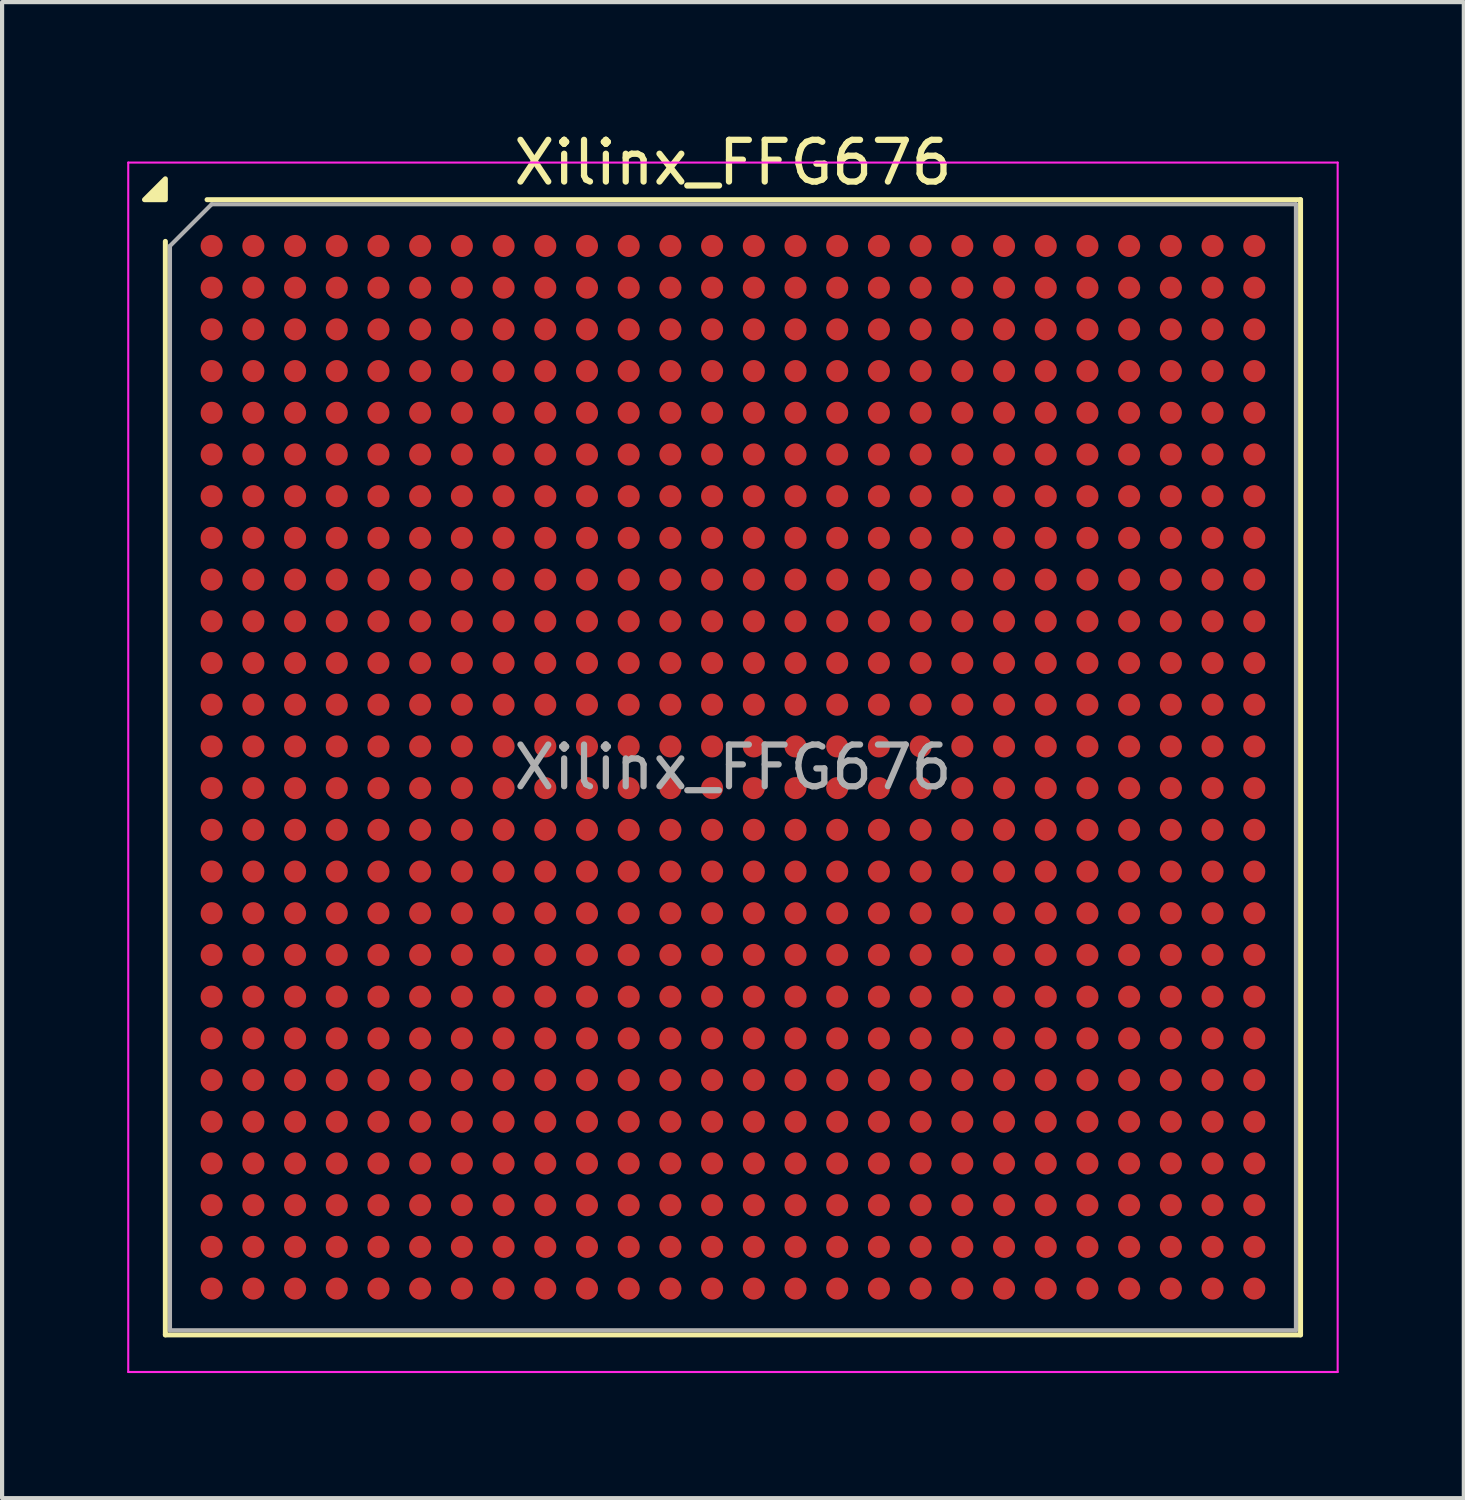
<source format=kicad_pcb>
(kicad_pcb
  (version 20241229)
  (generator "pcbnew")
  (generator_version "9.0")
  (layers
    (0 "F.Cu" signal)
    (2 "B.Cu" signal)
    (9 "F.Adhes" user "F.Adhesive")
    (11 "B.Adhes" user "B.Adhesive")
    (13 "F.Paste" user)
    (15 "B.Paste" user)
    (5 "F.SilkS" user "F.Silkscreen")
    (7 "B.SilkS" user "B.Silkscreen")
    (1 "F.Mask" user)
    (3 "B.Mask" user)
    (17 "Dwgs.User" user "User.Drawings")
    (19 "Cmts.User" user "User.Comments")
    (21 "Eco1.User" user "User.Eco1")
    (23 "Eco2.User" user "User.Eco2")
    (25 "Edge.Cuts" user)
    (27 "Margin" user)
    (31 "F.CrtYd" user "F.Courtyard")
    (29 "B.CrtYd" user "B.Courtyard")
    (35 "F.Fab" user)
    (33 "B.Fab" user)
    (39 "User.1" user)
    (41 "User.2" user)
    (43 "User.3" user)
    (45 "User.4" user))
  (footprint "Xilinx_FFG676"
    (layer "F.Cu")
    (at 14.525 15.348)
    (property "Reference" "Xilinx_FFG676" (at 0 -14.5 0) (layer "F.SilkS") (effects (font (size 1 1) (thickness 0.15))))
    (attr smd)
    (fp_line (start -13.61 13.61) (end -13.61 -12.61) (stroke (width 0.12) (type solid)) (layer "F.SilkS"))
    (fp_line (start -12.61 -13.61) (end 13.61 -13.61) (stroke (width 0.12) (type solid)) (layer "F.SilkS"))
    (fp_line (start 13.61 -13.61) (end 13.61 13.61) (stroke (width 0.12) (type solid)) (layer "F.SilkS"))
    (fp_line (start 13.61 13.61) (end -13.61 13.61) (stroke (width 0.12) (type solid)) (layer "F.SilkS"))
    (fp_poly (pts (xy -13.61 -13.61) (xy -14.11 -13.61) (xy -13.61 -14.11) (xy -13.61 -13.61)) (stroke (width 0.12) (type solid)) (fill yes) (layer "F.SilkS"))
    (fp_line (start -14.5 -14.5) (end -14.5 14.5) (stroke (width 0.05) (type solid)) (layer "F.CrtYd"))
    (fp_line (start -14.5 14.5) (end 14.5 14.5) (stroke (width 0.05) (type solid)) (layer "F.CrtYd"))
    (fp_line (start 14.5 -14.5) (end -14.5 -14.5) (stroke (width 0.05) (type solid)) (layer "F.CrtYd"))
    (fp_line (start 14.5 14.5) (end 14.5 -14.5) (stroke (width 0.05) (type solid)) (layer "F.CrtYd"))
    (fp_line (start -13.5 -12.5) (end -12.5 -13.5) (stroke (width 0.1) (type solid)) (layer "F.Fab"))
    (fp_line (start -13.5 13.5) (end -13.5 -12.5) (stroke (width 0.1) (type solid)) (layer "F.Fab"))
    (fp_line (start -12.5 -13.5) (end 13.5 -13.5) (stroke (width 0.1) (type solid)) (layer "F.Fab"))
    (fp_line (start 13.5 -13.5) (end 13.5 13.5) (stroke (width 0.1) (type solid)) (layer "F.Fab"))
    (fp_line (start 13.5 13.5) (end -13.5 13.5) (stroke (width 0.1) (type solid)) (layer "F.Fab"))
    (fp_text user "${REFERENCE}" (at 0 0 0) (layer "F.Fab") (effects (font (size 1 1) (thickness 0.15))))
    (pad "A1" smd circle (at -12.5 -12.5) (size 0.53 0.53) (property pad_prop_bga) (layers "F.Cu" "F.Mask" "F.Paste"))
    (pad "A2" smd circle (at -11.5 -12.5) (size 0.53 0.53) (property pad_prop_bga) (layers "F.Cu" "F.Mask" "F.Paste"))
    (pad "A3" smd circle (at -10.5 -12.5) (size 0.53 0.53) (property pad_prop_bga) (layers "F.Cu" "F.Mask" "F.Paste"))
    (pad "A4" smd circle (at -9.5 -12.5) (size 0.53 0.53) (property pad_prop_bga) (layers "F.Cu" "F.Mask" "F.Paste"))
    (pad "A5" smd circle (at -8.5 -12.5) (size 0.53 0.53) (property pad_prop_bga) (layers "F.Cu" "F.Mask" "F.Paste"))
    (pad "A6" smd circle (at -7.5 -12.5) (size 0.53 0.53) (property pad_prop_bga) (layers "F.Cu" "F.Mask" "F.Paste"))
    (pad "A7" smd circle (at -6.5 -12.5) (size 0.53 0.53) (property pad_prop_bga) (layers "F.Cu" "F.Mask" "F.Paste"))
    (pad "A8" smd circle (at -5.5 -12.5) (size 0.53 0.53) (property pad_prop_bga) (layers "F.Cu" "F.Mask" "F.Paste"))
    (pad "A9" smd circle (at -4.5 -12.5) (size 0.53 0.53) (property pad_prop_bga) (layers "F.Cu" "F.Mask" "F.Paste"))
    (pad "A10" smd circle (at -3.5 -12.5) (size 0.53 0.53) (property pad_prop_bga) (layers "F.Cu" "F.Mask" "F.Paste"))
    (pad "A11" smd circle (at -2.5 -12.5) (size 0.53 0.53) (property pad_prop_bga) (layers "F.Cu" "F.Mask" "F.Paste"))
    (pad "A12" smd circle (at -1.5 -12.5) (size 0.53 0.53) (property pad_prop_bga) (layers "F.Cu" "F.Mask" "F.Paste"))
    (pad "A13" smd circle (at -0.5 -12.5) (size 0.53 0.53) (property pad_prop_bga) (layers "F.Cu" "F.Mask" "F.Paste"))
    (pad "A14" smd circle (at 0.5 -12.5) (size 0.53 0.53) (property pad_prop_bga) (layers "F.Cu" "F.Mask" "F.Paste"))
    (pad "A15" smd circle (at 1.5 -12.5) (size 0.53 0.53) (property pad_prop_bga) (layers "F.Cu" "F.Mask" "F.Paste"))
    (pad "A16" smd circle (at 2.5 -12.5) (size 0.53 0.53) (property pad_prop_bga) (layers "F.Cu" "F.Mask" "F.Paste"))
    (pad "A17" smd circle (at 3.5 -12.5) (size 0.53 0.53) (property pad_prop_bga) (layers "F.Cu" "F.Mask" "F.Paste"))
    (pad "A18" smd circle (at 4.5 -12.5) (size 0.53 0.53) (property pad_prop_bga) (layers "F.Cu" "F.Mask" "F.Paste"))
    (pad "A19" smd circle (at 5.5 -12.5) (size 0.53 0.53) (property pad_prop_bga) (layers "F.Cu" "F.Mask" "F.Paste"))
    (pad "A20" smd circle (at 6.5 -12.5) (size 0.53 0.53) (property pad_prop_bga) (layers "F.Cu" "F.Mask" "F.Paste"))
    (pad "A21" smd circle (at 7.5 -12.5) (size 0.53 0.53) (property pad_prop_bga) (layers "F.Cu" "F.Mask" "F.Paste"))
    (pad "A22" smd circle (at 8.5 -12.5) (size 0.53 0.53) (property pad_prop_bga) (layers "F.Cu" "F.Mask" "F.Paste"))
    (pad "A23" smd circle (at 9.5 -12.5) (size 0.53 0.53) (property pad_prop_bga) (layers "F.Cu" "F.Mask" "F.Paste"))
    (pad "A24" smd circle (at 10.5 -12.5) (size 0.53 0.53) (property pad_prop_bga) (layers "F.Cu" "F.Mask" "F.Paste"))
    (pad "A25" smd circle (at 11.5 -12.5) (size 0.53 0.53) (property pad_prop_bga) (layers "F.Cu" "F.Mask" "F.Paste"))
    (pad "A26" smd circle (at 12.5 -12.5) (size 0.53 0.53) (property pad_prop_bga) (layers "F.Cu" "F.Mask" "F.Paste"))
    (pad "AA1" smd circle (at -12.5 7.5) (size 0.53 0.53) (property pad_prop_bga) (layers "F.Cu" "F.Mask" "F.Paste"))
    (pad "AA2" smd circle (at -11.5 7.5) (size 0.53 0.53) (property pad_prop_bga) (layers "F.Cu" "F.Mask" "F.Paste"))
    (pad "AA3" smd circle (at -10.5 7.5) (size 0.53 0.53) (property pad_prop_bga) (layers "F.Cu" "F.Mask" "F.Paste"))
    (pad "AA4" smd circle (at -9.5 7.5) (size 0.53 0.53) (property pad_prop_bga) (layers "F.Cu" "F.Mask" "F.Paste"))
    (pad "AA5" smd circle (at -8.5 7.5) (size 0.53 0.53) (property pad_prop_bga) (layers "F.Cu" "F.Mask" "F.Paste"))
    (pad "AA6" smd circle (at -7.5 7.5) (size 0.53 0.53) (property pad_prop_bga) (layers "F.Cu" "F.Mask" "F.Paste"))
    (pad "AA7" smd circle (at -6.5 7.5) (size 0.53 0.53) (property pad_prop_bga) (layers "F.Cu" "F.Mask" "F.Paste"))
    (pad "AA8" smd circle (at -5.5 7.5) (size 0.53 0.53) (property pad_prop_bga) (layers "F.Cu" "F.Mask" "F.Paste"))
    (pad "AA9" smd circle (at -4.5 7.5) (size 0.53 0.53) (property pad_prop_bga) (layers "F.Cu" "F.Mask" "F.Paste"))
    (pad "AA10" smd circle (at -3.5 7.5) (size 0.53 0.53) (property pad_prop_bga) (layers "F.Cu" "F.Mask" "F.Paste"))
    (pad "AA11" smd circle (at -2.5 7.5) (size 0.53 0.53) (property pad_prop_bga) (layers "F.Cu" "F.Mask" "F.Paste"))
    (pad "AA12" smd circle (at -1.5 7.5) (size 0.53 0.53) (property pad_prop_bga) (layers "F.Cu" "F.Mask" "F.Paste"))
    (pad "AA13" smd circle (at -0.5 7.5) (size 0.53 0.53) (property pad_prop_bga) (layers "F.Cu" "F.Mask" "F.Paste"))
    (pad "AA14" smd circle (at 0.5 7.5) (size 0.53 0.53) (property pad_prop_bga) (layers "F.Cu" "F.Mask" "F.Paste"))
    (pad "AA15" smd circle (at 1.5 7.5) (size 0.53 0.53) (property pad_prop_bga) (layers "F.Cu" "F.Mask" "F.Paste"))
    (pad "AA16" smd circle (at 2.5 7.5) (size 0.53 0.53) (property pad_prop_bga) (layers "F.Cu" "F.Mask" "F.Paste"))
    (pad "AA17" smd circle (at 3.5 7.5) (size 0.53 0.53) (property pad_prop_bga) (layers "F.Cu" "F.Mask" "F.Paste"))
    (pad "AA18" smd circle (at 4.5 7.5) (size 0.53 0.53) (property pad_prop_bga) (layers "F.Cu" "F.Mask" "F.Paste"))
    (pad "AA19" smd circle (at 5.5 7.5) (size 0.53 0.53) (property pad_prop_bga) (layers "F.Cu" "F.Mask" "F.Paste"))
    (pad "AA20" smd circle (at 6.5 7.5) (size 0.53 0.53) (property pad_prop_bga) (layers "F.Cu" "F.Mask" "F.Paste"))
    (pad "AA21" smd circle (at 7.5 7.5) (size 0.53 0.53) (property pad_prop_bga) (layers "F.Cu" "F.Mask" "F.Paste"))
    (pad "AA22" smd circle (at 8.5 7.5) (size 0.53 0.53) (property pad_prop_bga) (layers "F.Cu" "F.Mask" "F.Paste"))
    (pad "AA23" smd circle (at 9.5 7.5) (size 0.53 0.53) (property pad_prop_bga) (layers "F.Cu" "F.Mask" "F.Paste"))
    (pad "AA24" smd circle (at 10.5 7.5) (size 0.53 0.53) (property pad_prop_bga) (layers "F.Cu" "F.Mask" "F.Paste"))
    (pad "AA25" smd circle (at 11.5 7.5) (size 0.53 0.53) (property pad_prop_bga) (layers "F.Cu" "F.Mask" "F.Paste"))
    (pad "AA26" smd circle (at 12.5 7.5) (size 0.53 0.53) (property pad_prop_bga) (layers "F.Cu" "F.Mask" "F.Paste"))
    (pad "AB1" smd circle (at -12.5 8.5) (size 0.53 0.53) (property pad_prop_bga) (layers "F.Cu" "F.Mask" "F.Paste"))
    (pad "AB2" smd circle (at -11.5 8.5) (size 0.53 0.53) (property pad_prop_bga) (layers "F.Cu" "F.Mask" "F.Paste"))
    (pad "AB3" smd circle (at -10.5 8.5) (size 0.53 0.53) (property pad_prop_bga) (layers "F.Cu" "F.Mask" "F.Paste"))
    (pad "AB4" smd circle (at -9.5 8.5) (size 0.53 0.53) (property pad_prop_bga) (layers "F.Cu" "F.Mask" "F.Paste"))
    (pad "AB5" smd circle (at -8.5 8.5) (size 0.53 0.53) (property pad_prop_bga) (layers "F.Cu" "F.Mask" "F.Paste"))
    (pad "AB6" smd circle (at -7.5 8.5) (size 0.53 0.53) (property pad_prop_bga) (layers "F.Cu" "F.Mask" "F.Paste"))
    (pad "AB7" smd circle (at -6.5 8.5) (size 0.53 0.53) (property pad_prop_bga) (layers "F.Cu" "F.Mask" "F.Paste"))
    (pad "AB8" smd circle (at -5.5 8.5) (size 0.53 0.53) (property pad_prop_bga) (layers "F.Cu" "F.Mask" "F.Paste"))
    (pad "AB9" smd circle (at -4.5 8.5) (size 0.53 0.53) (property pad_prop_bga) (layers "F.Cu" "F.Mask" "F.Paste"))
    (pad "AB10" smd circle (at -3.5 8.5) (size 0.53 0.53) (property pad_prop_bga) (layers "F.Cu" "F.Mask" "F.Paste"))
    (pad "AB11" smd circle (at -2.5 8.5) (size 0.53 0.53) (property pad_prop_bga) (layers "F.Cu" "F.Mask" "F.Paste"))
    (pad "AB12" smd circle (at -1.5 8.5) (size 0.53 0.53) (property pad_prop_bga) (layers "F.Cu" "F.Mask" "F.Paste"))
    (pad "AB13" smd circle (at -0.5 8.5) (size 0.53 0.53) (property pad_prop_bga) (layers "F.Cu" "F.Mask" "F.Paste"))
    (pad "AB14" smd circle (at 0.5 8.5) (size 0.53 0.53) (property pad_prop_bga) (layers "F.Cu" "F.Mask" "F.Paste"))
    (pad "AB15" smd circle (at 1.5 8.5) (size 0.53 0.53) (property pad_prop_bga) (layers "F.Cu" "F.Mask" "F.Paste"))
    (pad "AB16" smd circle (at 2.5 8.5) (size 0.53 0.53) (property pad_prop_bga) (layers "F.Cu" "F.Mask" "F.Paste"))
    (pad "AB17" smd circle (at 3.5 8.5) (size 0.53 0.53) (property pad_prop_bga) (layers "F.Cu" "F.Mask" "F.Paste"))
    (pad "AB18" smd circle (at 4.5 8.5) (size 0.53 0.53) (property pad_prop_bga) (layers "F.Cu" "F.Mask" "F.Paste"))
    (pad "AB19" smd circle (at 5.5 8.5) (size 0.53 0.53) (property pad_prop_bga) (layers "F.Cu" "F.Mask" "F.Paste"))
    (pad "AB20" smd circle (at 6.5 8.5) (size 0.53 0.53) (property pad_prop_bga) (layers "F.Cu" "F.Mask" "F.Paste"))
    (pad "AB21" smd circle (at 7.5 8.5) (size 0.53 0.53) (property pad_prop_bga) (layers "F.Cu" "F.Mask" "F.Paste"))
    (pad "AB22" smd circle (at 8.5 8.5) (size 0.53 0.53) (property pad_prop_bga) (layers "F.Cu" "F.Mask" "F.Paste"))
    (pad "AB23" smd circle (at 9.5 8.5) (size 0.53 0.53) (property pad_prop_bga) (layers "F.Cu" "F.Mask" "F.Paste"))
    (pad "AB24" smd circle (at 10.5 8.5) (size 0.53 0.53) (property pad_prop_bga) (layers "F.Cu" "F.Mask" "F.Paste"))
    (pad "AB25" smd circle (at 11.5 8.5) (size 0.53 0.53) (property pad_prop_bga) (layers "F.Cu" "F.Mask" "F.Paste"))
    (pad "AB26" smd circle (at 12.5 8.5) (size 0.53 0.53) (property pad_prop_bga) (layers "F.Cu" "F.Mask" "F.Paste"))
    (pad "AC1" smd circle (at -12.5 9.5) (size 0.53 0.53) (property pad_prop_bga) (layers "F.Cu" "F.Mask" "F.Paste"))
    (pad "AC2" smd circle (at -11.5 9.5) (size 0.53 0.53) (property pad_prop_bga) (layers "F.Cu" "F.Mask" "F.Paste"))
    (pad "AC3" smd circle (at -10.5 9.5) (size 0.53 0.53) (property pad_prop_bga) (layers "F.Cu" "F.Mask" "F.Paste"))
    (pad "AC4" smd circle (at -9.5 9.5) (size 0.53 0.53) (property pad_prop_bga) (layers "F.Cu" "F.Mask" "F.Paste"))
    (pad "AC5" smd circle (at -8.5 9.5) (size 0.53 0.53) (property pad_prop_bga) (layers "F.Cu" "F.Mask" "F.Paste"))
    (pad "AC6" smd circle (at -7.5 9.5) (size 0.53 0.53) (property pad_prop_bga) (layers "F.Cu" "F.Mask" "F.Paste"))
    (pad "AC7" smd circle (at -6.5 9.5) (size 0.53 0.53) (property pad_prop_bga) (layers "F.Cu" "F.Mask" "F.Paste"))
    (pad "AC8" smd circle (at -5.5 9.5) (size 0.53 0.53) (property pad_prop_bga) (layers "F.Cu" "F.Mask" "F.Paste"))
    (pad "AC9" smd circle (at -4.5 9.5) (size 0.53 0.53) (property pad_prop_bga) (layers "F.Cu" "F.Mask" "F.Paste"))
    (pad "AC10" smd circle (at -3.5 9.5) (size 0.53 0.53) (property pad_prop_bga) (layers "F.Cu" "F.Mask" "F.Paste"))
    (pad "AC11" smd circle (at -2.5 9.5) (size 0.53 0.53) (property pad_prop_bga) (layers "F.Cu" "F.Mask" "F.Paste"))
    (pad "AC12" smd circle (at -1.5 9.5) (size 0.53 0.53) (property pad_prop_bga) (layers "F.Cu" "F.Mask" "F.Paste"))
    (pad "AC13" smd circle (at -0.5 9.5) (size 0.53 0.53) (property pad_prop_bga) (layers "F.Cu" "F.Mask" "F.Paste"))
    (pad "AC14" smd circle (at 0.5 9.5) (size 0.53 0.53) (property pad_prop_bga) (layers "F.Cu" "F.Mask" "F.Paste"))
    (pad "AC15" smd circle (at 1.5 9.5) (size 0.53 0.53) (property pad_prop_bga) (layers "F.Cu" "F.Mask" "F.Paste"))
    (pad "AC16" smd circle (at 2.5 9.5) (size 0.53 0.53) (property pad_prop_bga) (layers "F.Cu" "F.Mask" "F.Paste"))
    (pad "AC17" smd circle (at 3.5 9.5) (size 0.53 0.53) (property pad_prop_bga) (layers "F.Cu" "F.Mask" "F.Paste"))
    (pad "AC18" smd circle (at 4.5 9.5) (size 0.53 0.53) (property pad_prop_bga) (layers "F.Cu" "F.Mask" "F.Paste"))
    (pad "AC19" smd circle (at 5.5 9.5) (size 0.53 0.53) (property pad_prop_bga) (layers "F.Cu" "F.Mask" "F.Paste"))
    (pad "AC20" smd circle (at 6.5 9.5) (size 0.53 0.53) (property pad_prop_bga) (layers "F.Cu" "F.Mask" "F.Paste"))
    (pad "AC21" smd circle (at 7.5 9.5) (size 0.53 0.53) (property pad_prop_bga) (layers "F.Cu" "F.Mask" "F.Paste"))
    (pad "AC22" smd circle (at 8.5 9.5) (size 0.53 0.53) (property pad_prop_bga) (layers "F.Cu" "F.Mask" "F.Paste"))
    (pad "AC23" smd circle (at 9.5 9.5) (size 0.53 0.53) (property pad_prop_bga) (layers "F.Cu" "F.Mask" "F.Paste"))
    (pad "AC24" smd circle (at 10.5 9.5) (size 0.53 0.53) (property pad_prop_bga) (layers "F.Cu" "F.Mask" "F.Paste"))
    (pad "AC25" smd circle (at 11.5 9.5) (size 0.53 0.53) (property pad_prop_bga) (layers "F.Cu" "F.Mask" "F.Paste"))
    (pad "AC26" smd circle (at 12.5 9.5) (size 0.53 0.53) (property pad_prop_bga) (layers "F.Cu" "F.Mask" "F.Paste"))
    (pad "AD1" smd circle (at -12.5 10.5) (size 0.53 0.53) (property pad_prop_bga) (layers "F.Cu" "F.Mask" "F.Paste"))
    (pad "AD2" smd circle (at -11.5 10.5) (size 0.53 0.53) (property pad_prop_bga) (layers "F.Cu" "F.Mask" "F.Paste"))
    (pad "AD3" smd circle (at -10.5 10.5) (size 0.53 0.53) (property pad_prop_bga) (layers "F.Cu" "F.Mask" "F.Paste"))
    (pad "AD4" smd circle (at -9.5 10.5) (size 0.53 0.53) (property pad_prop_bga) (layers "F.Cu" "F.Mask" "F.Paste"))
    (pad "AD5" smd circle (at -8.5 10.5) (size 0.53 0.53) (property pad_prop_bga) (layers "F.Cu" "F.Mask" "F.Paste"))
    (pad "AD6" smd circle (at -7.5 10.5) (size 0.53 0.53) (property pad_prop_bga) (layers "F.Cu" "F.Mask" "F.Paste"))
    (pad "AD7" smd circle (at -6.5 10.5) (size 0.53 0.53) (property pad_prop_bga) (layers "F.Cu" "F.Mask" "F.Paste"))
    (pad "AD8" smd circle (at -5.5 10.5) (size 0.53 0.53) (property pad_prop_bga) (layers "F.Cu" "F.Mask" "F.Paste"))
    (pad "AD9" smd circle (at -4.5 10.5) (size 0.53 0.53) (property pad_prop_bga) (layers "F.Cu" "F.Mask" "F.Paste"))
    (pad "AD10" smd circle (at -3.5 10.5) (size 0.53 0.53) (property pad_prop_bga) (layers "F.Cu" "F.Mask" "F.Paste"))
    (pad "AD11" smd circle (at -2.5 10.5) (size 0.53 0.53) (property pad_prop_bga) (layers "F.Cu" "F.Mask" "F.Paste"))
    (pad "AD12" smd circle (at -1.5 10.5) (size 0.53 0.53) (property pad_prop_bga) (layers "F.Cu" "F.Mask" "F.Paste"))
    (pad "AD13" smd circle (at -0.5 10.5) (size 0.53 0.53) (property pad_prop_bga) (layers "F.Cu" "F.Mask" "F.Paste"))
    (pad "AD14" smd circle (at 0.5 10.5) (size 0.53 0.53) (property pad_prop_bga) (layers "F.Cu" "F.Mask" "F.Paste"))
    (pad "AD15" smd circle (at 1.5 10.5) (size 0.53 0.53) (property pad_prop_bga) (layers "F.Cu" "F.Mask" "F.Paste"))
    (pad "AD16" smd circle (at 2.5 10.5) (size 0.53 0.53) (property pad_prop_bga) (layers "F.Cu" "F.Mask" "F.Paste"))
    (pad "AD17" smd circle (at 3.5 10.5) (size 0.53 0.53) (property pad_prop_bga) (layers "F.Cu" "F.Mask" "F.Paste"))
    (pad "AD18" smd circle (at 4.5 10.5) (size 0.53 0.53) (property pad_prop_bga) (layers "F.Cu" "F.Mask" "F.Paste"))
    (pad "AD19" smd circle (at 5.5 10.5) (size 0.53 0.53) (property pad_prop_bga) (layers "F.Cu" "F.Mask" "F.Paste"))
    (pad "AD20" smd circle (at 6.5 10.5) (size 0.53 0.53) (property pad_prop_bga) (layers "F.Cu" "F.Mask" "F.Paste"))
    (pad "AD21" smd circle (at 7.5 10.5) (size 0.53 0.53) (property pad_prop_bga) (layers "F.Cu" "F.Mask" "F.Paste"))
    (pad "AD22" smd circle (at 8.5 10.5) (size 0.53 0.53) (property pad_prop_bga) (layers "F.Cu" "F.Mask" "F.Paste"))
    (pad "AD23" smd circle (at 9.5 10.5) (size 0.53 0.53) (property pad_prop_bga) (layers "F.Cu" "F.Mask" "F.Paste"))
    (pad "AD24" smd circle (at 10.5 10.5) (size 0.53 0.53) (property pad_prop_bga) (layers "F.Cu" "F.Mask" "F.Paste"))
    (pad "AD25" smd circle (at 11.5 10.5) (size 0.53 0.53) (property pad_prop_bga) (layers "F.Cu" "F.Mask" "F.Paste"))
    (pad "AD26" smd circle (at 12.5 10.5) (size 0.53 0.53) (property pad_prop_bga) (layers "F.Cu" "F.Mask" "F.Paste"))
    (pad "AE1" smd circle (at -12.5 11.5) (size 0.53 0.53) (property pad_prop_bga) (layers "F.Cu" "F.Mask" "F.Paste"))
    (pad "AE2" smd circle (at -11.5 11.5) (size 0.53 0.53) (property pad_prop_bga) (layers "F.Cu" "F.Mask" "F.Paste"))
    (pad "AE3" smd circle (at -10.5 11.5) (size 0.53 0.53) (property pad_prop_bga) (layers "F.Cu" "F.Mask" "F.Paste"))
    (pad "AE4" smd circle (at -9.5 11.5) (size 0.53 0.53) (property pad_prop_bga) (layers "F.Cu" "F.Mask" "F.Paste"))
    (pad "AE5" smd circle (at -8.5 11.5) (size 0.53 0.53) (property pad_prop_bga) (layers "F.Cu" "F.Mask" "F.Paste"))
    (pad "AE6" smd circle (at -7.5 11.5) (size 0.53 0.53) (property pad_prop_bga) (layers "F.Cu" "F.Mask" "F.Paste"))
    (pad "AE7" smd circle (at -6.5 11.5) (size 0.53 0.53) (property pad_prop_bga) (layers "F.Cu" "F.Mask" "F.Paste"))
    (pad "AE8" smd circle (at -5.5 11.5) (size 0.53 0.53) (property pad_prop_bga) (layers "F.Cu" "F.Mask" "F.Paste"))
    (pad "AE9" smd circle (at -4.5 11.5) (size 0.53 0.53) (property pad_prop_bga) (layers "F.Cu" "F.Mask" "F.Paste"))
    (pad "AE10" smd circle (at -3.5 11.5) (size 0.53 0.53) (property pad_prop_bga) (layers "F.Cu" "F.Mask" "F.Paste"))
    (pad "AE11" smd circle (at -2.5 11.5) (size 0.53 0.53) (property pad_prop_bga) (layers "F.Cu" "F.Mask" "F.Paste"))
    (pad "AE12" smd circle (at -1.5 11.5) (size 0.53 0.53) (property pad_prop_bga) (layers "F.Cu" "F.Mask" "F.Paste"))
    (pad "AE13" smd circle (at -0.5 11.5) (size 0.53 0.53) (property pad_prop_bga) (layers "F.Cu" "F.Mask" "F.Paste"))
    (pad "AE14" smd circle (at 0.5 11.5) (size 0.53 0.53) (property pad_prop_bga) (layers "F.Cu" "F.Mask" "F.Paste"))
    (pad "AE15" smd circle (at 1.5 11.5) (size 0.53 0.53) (property pad_prop_bga) (layers "F.Cu" "F.Mask" "F.Paste"))
    (pad "AE16" smd circle (at 2.5 11.5) (size 0.53 0.53) (property pad_prop_bga) (layers "F.Cu" "F.Mask" "F.Paste"))
    (pad "AE17" smd circle (at 3.5 11.5) (size 0.53 0.53) (property pad_prop_bga) (layers "F.Cu" "F.Mask" "F.Paste"))
    (pad "AE18" smd circle (at 4.5 11.5) (size 0.53 0.53) (property pad_prop_bga) (layers "F.Cu" "F.Mask" "F.Paste"))
    (pad "AE19" smd circle (at 5.5 11.5) (size 0.53 0.53) (property pad_prop_bga) (layers "F.Cu" "F.Mask" "F.Paste"))
    (pad "AE20" smd circle (at 6.5 11.5) (size 0.53 0.53) (property pad_prop_bga) (layers "F.Cu" "F.Mask" "F.Paste"))
    (pad "AE21" smd circle (at 7.5 11.5) (size 0.53 0.53) (property pad_prop_bga) (layers "F.Cu" "F.Mask" "F.Paste"))
    (pad "AE22" smd circle (at 8.5 11.5) (size 0.53 0.53) (property pad_prop_bga) (layers "F.Cu" "F.Mask" "F.Paste"))
    (pad "AE23" smd circle (at 9.5 11.5) (size 0.53 0.53) (property pad_prop_bga) (layers "F.Cu" "F.Mask" "F.Paste"))
    (pad "AE24" smd circle (at 10.5 11.5) (size 0.53 0.53) (property pad_prop_bga) (layers "F.Cu" "F.Mask" "F.Paste"))
    (pad "AE25" smd circle (at 11.5 11.5) (size 0.53 0.53) (property pad_prop_bga) (layers "F.Cu" "F.Mask" "F.Paste"))
    (pad "AE26" smd circle (at 12.5 11.5) (size 0.53 0.53) (property pad_prop_bga) (layers "F.Cu" "F.Mask" "F.Paste"))
    (pad "AF1" smd circle (at -12.5 12.5) (size 0.53 0.53) (property pad_prop_bga) (layers "F.Cu" "F.Mask" "F.Paste"))
    (pad "AF2" smd circle (at -11.5 12.5) (size 0.53 0.53) (property pad_prop_bga) (layers "F.Cu" "F.Mask" "F.Paste"))
    (pad "AF3" smd circle (at -10.5 12.5) (size 0.53 0.53) (property pad_prop_bga) (layers "F.Cu" "F.Mask" "F.Paste"))
    (pad "AF4" smd circle (at -9.5 12.5) (size 0.53 0.53) (property pad_prop_bga) (layers "F.Cu" "F.Mask" "F.Paste"))
    (pad "AF5" smd circle (at -8.5 12.5) (size 0.53 0.53) (property pad_prop_bga) (layers "F.Cu" "F.Mask" "F.Paste"))
    (pad "AF6" smd circle (at -7.5 12.5) (size 0.53 0.53) (property pad_prop_bga) (layers "F.Cu" "F.Mask" "F.Paste"))
    (pad "AF7" smd circle (at -6.5 12.5) (size 0.53 0.53) (property pad_prop_bga) (layers "F.Cu" "F.Mask" "F.Paste"))
    (pad "AF8" smd circle (at -5.5 12.5) (size 0.53 0.53) (property pad_prop_bga) (layers "F.Cu" "F.Mask" "F.Paste"))
    (pad "AF9" smd circle (at -4.5 12.5) (size 0.53 0.53) (property pad_prop_bga) (layers "F.Cu" "F.Mask" "F.Paste"))
    (pad "AF10" smd circle (at -3.5 12.5) (size 0.53 0.53) (property pad_prop_bga) (layers "F.Cu" "F.Mask" "F.Paste"))
    (pad "AF11" smd circle (at -2.5 12.5) (size 0.53 0.53) (property pad_prop_bga) (layers "F.Cu" "F.Mask" "F.Paste"))
    (pad "AF12" smd circle (at -1.5 12.5) (size 0.53 0.53) (property pad_prop_bga) (layers "F.Cu" "F.Mask" "F.Paste"))
    (pad "AF13" smd circle (at -0.5 12.5) (size 0.53 0.53) (property pad_prop_bga) (layers "F.Cu" "F.Mask" "F.Paste"))
    (pad "AF14" smd circle (at 0.5 12.5) (size 0.53 0.53) (property pad_prop_bga) (layers "F.Cu" "F.Mask" "F.Paste"))
    (pad "AF15" smd circle (at 1.5 12.5) (size 0.53 0.53) (property pad_prop_bga) (layers "F.Cu" "F.Mask" "F.Paste"))
    (pad "AF16" smd circle (at 2.5 12.5) (size 0.53 0.53) (property pad_prop_bga) (layers "F.Cu" "F.Mask" "F.Paste"))
    (pad "AF17" smd circle (at 3.5 12.5) (size 0.53 0.53) (property pad_prop_bga) (layers "F.Cu" "F.Mask" "F.Paste"))
    (pad "AF18" smd circle (at 4.5 12.5) (size 0.53 0.53) (property pad_prop_bga) (layers "F.Cu" "F.Mask" "F.Paste"))
    (pad "AF19" smd circle (at 5.5 12.5) (size 0.53 0.53) (property pad_prop_bga) (layers "F.Cu" "F.Mask" "F.Paste"))
    (pad "AF20" smd circle (at 6.5 12.5) (size 0.53 0.53) (property pad_prop_bga) (layers "F.Cu" "F.Mask" "F.Paste"))
    (pad "AF21" smd circle (at 7.5 12.5) (size 0.53 0.53) (property pad_prop_bga) (layers "F.Cu" "F.Mask" "F.Paste"))
    (pad "AF22" smd circle (at 8.5 12.5) (size 0.53 0.53) (property pad_prop_bga) (layers "F.Cu" "F.Mask" "F.Paste"))
    (pad "AF23" smd circle (at 9.5 12.5) (size 0.53 0.53) (property pad_prop_bga) (layers "F.Cu" "F.Mask" "F.Paste"))
    (pad "AF24" smd circle (at 10.5 12.5) (size 0.53 0.53) (property pad_prop_bga) (layers "F.Cu" "F.Mask" "F.Paste"))
    (pad "AF25" smd circle (at 11.5 12.5) (size 0.53 0.53) (property pad_prop_bga) (layers "F.Cu" "F.Mask" "F.Paste"))
    (pad "AF26" smd circle (at 12.5 12.5) (size 0.53 0.53) (property pad_prop_bga) (layers "F.Cu" "F.Mask" "F.Paste"))
    (pad "B1" smd circle (at -12.5 -11.5) (size 0.53 0.53) (property pad_prop_bga) (layers "F.Cu" "F.Mask" "F.Paste"))
    (pad "B2" smd circle (at -11.5 -11.5) (size 0.53 0.53) (property pad_prop_bga) (layers "F.Cu" "F.Mask" "F.Paste"))
    (pad "B3" smd circle (at -10.5 -11.5) (size 0.53 0.53) (property pad_prop_bga) (layers "F.Cu" "F.Mask" "F.Paste"))
    (pad "B4" smd circle (at -9.5 -11.5) (size 0.53 0.53) (property pad_prop_bga) (layers "F.Cu" "F.Mask" "F.Paste"))
    (pad "B5" smd circle (at -8.5 -11.5) (size 0.53 0.53) (property pad_prop_bga) (layers "F.Cu" "F.Mask" "F.Paste"))
    (pad "B6" smd circle (at -7.5 -11.5) (size 0.53 0.53) (property pad_prop_bga) (layers "F.Cu" "F.Mask" "F.Paste"))
    (pad "B7" smd circle (at -6.5 -11.5) (size 0.53 0.53) (property pad_prop_bga) (layers "F.Cu" "F.Mask" "F.Paste"))
    (pad "B8" smd circle (at -5.5 -11.5) (size 0.53 0.53) (property pad_prop_bga) (layers "F.Cu" "F.Mask" "F.Paste"))
    (pad "B9" smd circle (at -4.5 -11.5) (size 0.53 0.53) (property pad_prop_bga) (layers "F.Cu" "F.Mask" "F.Paste"))
    (pad "B10" smd circle (at -3.5 -11.5) (size 0.53 0.53) (property pad_prop_bga) (layers "F.Cu" "F.Mask" "F.Paste"))
    (pad "B11" smd circle (at -2.5 -11.5) (size 0.53 0.53) (property pad_prop_bga) (layers "F.Cu" "F.Mask" "F.Paste"))
    (pad "B12" smd circle (at -1.5 -11.5) (size 0.53 0.53) (property pad_prop_bga) (layers "F.Cu" "F.Mask" "F.Paste"))
    (pad "B13" smd circle (at -0.5 -11.5) (size 0.53 0.53) (property pad_prop_bga) (layers "F.Cu" "F.Mask" "F.Paste"))
    (pad "B14" smd circle (at 0.5 -11.5) (size 0.53 0.53) (property pad_prop_bga) (layers "F.Cu" "F.Mask" "F.Paste"))
    (pad "B15" smd circle (at 1.5 -11.5) (size 0.53 0.53) (property pad_prop_bga) (layers "F.Cu" "F.Mask" "F.Paste"))
    (pad "B16" smd circle (at 2.5 -11.5) (size 0.53 0.53) (property pad_prop_bga) (layers "F.Cu" "F.Mask" "F.Paste"))
    (pad "B17" smd circle (at 3.5 -11.5) (size 0.53 0.53) (property pad_prop_bga) (layers "F.Cu" "F.Mask" "F.Paste"))
    (pad "B18" smd circle (at 4.5 -11.5) (size 0.53 0.53) (property pad_prop_bga) (layers "F.Cu" "F.Mask" "F.Paste"))
    (pad "B19" smd circle (at 5.5 -11.5) (size 0.53 0.53) (property pad_prop_bga) (layers "F.Cu" "F.Mask" "F.Paste"))
    (pad "B20" smd circle (at 6.5 -11.5) (size 0.53 0.53) (property pad_prop_bga) (layers "F.Cu" "F.Mask" "F.Paste"))
    (pad "B21" smd circle (at 7.5 -11.5) (size 0.53 0.53) (property pad_prop_bga) (layers "F.Cu" "F.Mask" "F.Paste"))
    (pad "B22" smd circle (at 8.5 -11.5) (size 0.53 0.53) (property pad_prop_bga) (layers "F.Cu" "F.Mask" "F.Paste"))
    (pad "B23" smd circle (at 9.5 -11.5) (size 0.53 0.53) (property pad_prop_bga) (layers "F.Cu" "F.Mask" "F.Paste"))
    (pad "B24" smd circle (at 10.5 -11.5) (size 0.53 0.53) (property pad_prop_bga) (layers "F.Cu" "F.Mask" "F.Paste"))
    (pad "B25" smd circle (at 11.5 -11.5) (size 0.53 0.53) (property pad_prop_bga) (layers "F.Cu" "F.Mask" "F.Paste"))
    (pad "B26" smd circle (at 12.5 -11.5) (size 0.53 0.53) (property pad_prop_bga) (layers "F.Cu" "F.Mask" "F.Paste"))
    (pad "C1" smd circle (at -12.5 -10.5) (size 0.53 0.53) (property pad_prop_bga) (layers "F.Cu" "F.Mask" "F.Paste"))
    (pad "C2" smd circle (at -11.5 -10.5) (size 0.53 0.53) (property pad_prop_bga) (layers "F.Cu" "F.Mask" "F.Paste"))
    (pad "C3" smd circle (at -10.5 -10.5) (size 0.53 0.53) (property pad_prop_bga) (layers "F.Cu" "F.Mask" "F.Paste"))
    (pad "C4" smd circle (at -9.5 -10.5) (size 0.53 0.53) (property pad_prop_bga) (layers "F.Cu" "F.Mask" "F.Paste"))
    (pad "C5" smd circle (at -8.5 -10.5) (size 0.53 0.53) (property pad_prop_bga) (layers "F.Cu" "F.Mask" "F.Paste"))
    (pad "C6" smd circle (at -7.5 -10.5) (size 0.53 0.53) (property pad_prop_bga) (layers "F.Cu" "F.Mask" "F.Paste"))
    (pad "C7" smd circle (at -6.5 -10.5) (size 0.53 0.53) (property pad_prop_bga) (layers "F.Cu" "F.Mask" "F.Paste"))
    (pad "C8" smd circle (at -5.5 -10.5) (size 0.53 0.53) (property pad_prop_bga) (layers "F.Cu" "F.Mask" "F.Paste"))
    (pad "C9" smd circle (at -4.5 -10.5) (size 0.53 0.53) (property pad_prop_bga) (layers "F.Cu" "F.Mask" "F.Paste"))
    (pad "C10" smd circle (at -3.5 -10.5) (size 0.53 0.53) (property pad_prop_bga) (layers "F.Cu" "F.Mask" "F.Paste"))
    (pad "C11" smd circle (at -2.5 -10.5) (size 0.53 0.53) (property pad_prop_bga) (layers "F.Cu" "F.Mask" "F.Paste"))
    (pad "C12" smd circle (at -1.5 -10.5) (size 0.53 0.53) (property pad_prop_bga) (layers "F.Cu" "F.Mask" "F.Paste"))
    (pad "C13" smd circle (at -0.5 -10.5) (size 0.53 0.53) (property pad_prop_bga) (layers "F.Cu" "F.Mask" "F.Paste"))
    (pad "C14" smd circle (at 0.5 -10.5) (size 0.53 0.53) (property pad_prop_bga) (layers "F.Cu" "F.Mask" "F.Paste"))
    (pad "C15" smd circle (at 1.5 -10.5) (size 0.53 0.53) (property pad_prop_bga) (layers "F.Cu" "F.Mask" "F.Paste"))
    (pad "C16" smd circle (at 2.5 -10.5) (size 0.53 0.53) (property pad_prop_bga) (layers "F.Cu" "F.Mask" "F.Paste"))
    (pad "C17" smd circle (at 3.5 -10.5) (size 0.53 0.53) (property pad_prop_bga) (layers "F.Cu" "F.Mask" "F.Paste"))
    (pad "C18" smd circle (at 4.5 -10.5) (size 0.53 0.53) (property pad_prop_bga) (layers "F.Cu" "F.Mask" "F.Paste"))
    (pad "C19" smd circle (at 5.5 -10.5) (size 0.53 0.53) (property pad_prop_bga) (layers "F.Cu" "F.Mask" "F.Paste"))
    (pad "C20" smd circle (at 6.5 -10.5) (size 0.53 0.53) (property pad_prop_bga) (layers "F.Cu" "F.Mask" "F.Paste"))
    (pad "C21" smd circle (at 7.5 -10.5) (size 0.53 0.53) (property pad_prop_bga) (layers "F.Cu" "F.Mask" "F.Paste"))
    (pad "C22" smd circle (at 8.5 -10.5) (size 0.53 0.53) (property pad_prop_bga) (layers "F.Cu" "F.Mask" "F.Paste"))
    (pad "C23" smd circle (at 9.5 -10.5) (size 0.53 0.53) (property pad_prop_bga) (layers "F.Cu" "F.Mask" "F.Paste"))
    (pad "C24" smd circle (at 10.5 -10.5) (size 0.53 0.53) (property pad_prop_bga) (layers "F.Cu" "F.Mask" "F.Paste"))
    (pad "C25" smd circle (at 11.5 -10.5) (size 0.53 0.53) (property pad_prop_bga) (layers "F.Cu" "F.Mask" "F.Paste"))
    (pad "C26" smd circle (at 12.5 -10.5) (size 0.53 0.53) (property pad_prop_bga) (layers "F.Cu" "F.Mask" "F.Paste"))
    (pad "D1" smd circle (at -12.5 -9.5) (size 0.53 0.53) (property pad_prop_bga) (layers "F.Cu" "F.Mask" "F.Paste"))
    (pad "D2" smd circle (at -11.5 -9.5) (size 0.53 0.53) (property pad_prop_bga) (layers "F.Cu" "F.Mask" "F.Paste"))
    (pad "D3" smd circle (at -10.5 -9.5) (size 0.53 0.53) (property pad_prop_bga) (layers "F.Cu" "F.Mask" "F.Paste"))
    (pad "D4" smd circle (at -9.5 -9.5) (size 0.53 0.53) (property pad_prop_bga) (layers "F.Cu" "F.Mask" "F.Paste"))
    (pad "D5" smd circle (at -8.5 -9.5) (size 0.53 0.53) (property pad_prop_bga) (layers "F.Cu" "F.Mask" "F.Paste"))
    (pad "D6" smd circle (at -7.5 -9.5) (size 0.53 0.53) (property pad_prop_bga) (layers "F.Cu" "F.Mask" "F.Paste"))
    (pad "D7" smd circle (at -6.5 -9.5) (size 0.53 0.53) (property pad_prop_bga) (layers "F.Cu" "F.Mask" "F.Paste"))
    (pad "D8" smd circle (at -5.5 -9.5) (size 0.53 0.53) (property pad_prop_bga) (layers "F.Cu" "F.Mask" "F.Paste"))
    (pad "D9" smd circle (at -4.5 -9.5) (size 0.53 0.53) (property pad_prop_bga) (layers "F.Cu" "F.Mask" "F.Paste"))
    (pad "D10" smd circle (at -3.5 -9.5) (size 0.53 0.53) (property pad_prop_bga) (layers "F.Cu" "F.Mask" "F.Paste"))
    (pad "D11" smd circle (at -2.5 -9.5) (size 0.53 0.53) (property pad_prop_bga) (layers "F.Cu" "F.Mask" "F.Paste"))
    (pad "D12" smd circle (at -1.5 -9.5) (size 0.53 0.53) (property pad_prop_bga) (layers "F.Cu" "F.Mask" "F.Paste"))
    (pad "D13" smd circle (at -0.5 -9.5) (size 0.53 0.53) (property pad_prop_bga) (layers "F.Cu" "F.Mask" "F.Paste"))
    (pad "D14" smd circle (at 0.5 -9.5) (size 0.53 0.53) (property pad_prop_bga) (layers "F.Cu" "F.Mask" "F.Paste"))
    (pad "D15" smd circle (at 1.5 -9.5) (size 0.53 0.53) (property pad_prop_bga) (layers "F.Cu" "F.Mask" "F.Paste"))
    (pad "D16" smd circle (at 2.5 -9.5) (size 0.53 0.53) (property pad_prop_bga) (layers "F.Cu" "F.Mask" "F.Paste"))
    (pad "D17" smd circle (at 3.5 -9.5) (size 0.53 0.53) (property pad_prop_bga) (layers "F.Cu" "F.Mask" "F.Paste"))
    (pad "D18" smd circle (at 4.5 -9.5) (size 0.53 0.53) (property pad_prop_bga) (layers "F.Cu" "F.Mask" "F.Paste"))
    (pad "D19" smd circle (at 5.5 -9.5) (size 0.53 0.53) (property pad_prop_bga) (layers "F.Cu" "F.Mask" "F.Paste"))
    (pad "D20" smd circle (at 6.5 -9.5) (size 0.53 0.53) (property pad_prop_bga) (layers "F.Cu" "F.Mask" "F.Paste"))
    (pad "D21" smd circle (at 7.5 -9.5) (size 0.53 0.53) (property pad_prop_bga) (layers "F.Cu" "F.Mask" "F.Paste"))
    (pad "D22" smd circle (at 8.5 -9.5) (size 0.53 0.53) (property pad_prop_bga) (layers "F.Cu" "F.Mask" "F.Paste"))
    (pad "D23" smd circle (at 9.5 -9.5) (size 0.53 0.53) (property pad_prop_bga) (layers "F.Cu" "F.Mask" "F.Paste"))
    (pad "D24" smd circle (at 10.5 -9.5) (size 0.53 0.53) (property pad_prop_bga) (layers "F.Cu" "F.Mask" "F.Paste"))
    (pad "D25" smd circle (at 11.5 -9.5) (size 0.53 0.53) (property pad_prop_bga) (layers "F.Cu" "F.Mask" "F.Paste"))
    (pad "D26" smd circle (at 12.5 -9.5) (size 0.53 0.53) (property pad_prop_bga) (layers "F.Cu" "F.Mask" "F.Paste"))
    (pad "E1" smd circle (at -12.5 -8.5) (size 0.53 0.53) (property pad_prop_bga) (layers "F.Cu" "F.Mask" "F.Paste"))
    (pad "E2" smd circle (at -11.5 -8.5) (size 0.53 0.53) (property pad_prop_bga) (layers "F.Cu" "F.Mask" "F.Paste"))
    (pad "E3" smd circle (at -10.5 -8.5) (size 0.53 0.53) (property pad_prop_bga) (layers "F.Cu" "F.Mask" "F.Paste"))
    (pad "E4" smd circle (at -9.5 -8.5) (size 0.53 0.53) (property pad_prop_bga) (layers "F.Cu" "F.Mask" "F.Paste"))
    (pad "E5" smd circle (at -8.5 -8.5) (size 0.53 0.53) (property pad_prop_bga) (layers "F.Cu" "F.Mask" "F.Paste"))
    (pad "E6" smd circle (at -7.5 -8.5) (size 0.53 0.53) (property pad_prop_bga) (layers "F.Cu" "F.Mask" "F.Paste"))
    (pad "E7" smd circle (at -6.5 -8.5) (size 0.53 0.53) (property pad_prop_bga) (layers "F.Cu" "F.Mask" "F.Paste"))
    (pad "E8" smd circle (at -5.5 -8.5) (size 0.53 0.53) (property pad_prop_bga) (layers "F.Cu" "F.Mask" "F.Paste"))
    (pad "E9" smd circle (at -4.5 -8.5) (size 0.53 0.53) (property pad_prop_bga) (layers "F.Cu" "F.Mask" "F.Paste"))
    (pad "E10" smd circle (at -3.5 -8.5) (size 0.53 0.53) (property pad_prop_bga) (layers "F.Cu" "F.Mask" "F.Paste"))
    (pad "E11" smd circle (at -2.5 -8.5) (size 0.53 0.53) (property pad_prop_bga) (layers "F.Cu" "F.Mask" "F.Paste"))
    (pad "E12" smd circle (at -1.5 -8.5) (size 0.53 0.53) (property pad_prop_bga) (layers "F.Cu" "F.Mask" "F.Paste"))
    (pad "E13" smd circle (at -0.5 -8.5) (size 0.53 0.53) (property pad_prop_bga) (layers "F.Cu" "F.Mask" "F.Paste"))
    (pad "E14" smd circle (at 0.5 -8.5) (size 0.53 0.53) (property pad_prop_bga) (layers "F.Cu" "F.Mask" "F.Paste"))
    (pad "E15" smd circle (at 1.5 -8.5) (size 0.53 0.53) (property pad_prop_bga) (layers "F.Cu" "F.Mask" "F.Paste"))
    (pad "E16" smd circle (at 2.5 -8.5) (size 0.53 0.53) (property pad_prop_bga) (layers "F.Cu" "F.Mask" "F.Paste"))
    (pad "E17" smd circle (at 3.5 -8.5) (size 0.53 0.53) (property pad_prop_bga) (layers "F.Cu" "F.Mask" "F.Paste"))
    (pad "E18" smd circle (at 4.5 -8.5) (size 0.53 0.53) (property pad_prop_bga) (layers "F.Cu" "F.Mask" "F.Paste"))
    (pad "E19" smd circle (at 5.5 -8.5) (size 0.53 0.53) (property pad_prop_bga) (layers "F.Cu" "F.Mask" "F.Paste"))
    (pad "E20" smd circle (at 6.5 -8.5) (size 0.53 0.53) (property pad_prop_bga) (layers "F.Cu" "F.Mask" "F.Paste"))
    (pad "E21" smd circle (at 7.5 -8.5) (size 0.53 0.53) (property pad_prop_bga) (layers "F.Cu" "F.Mask" "F.Paste"))
    (pad "E22" smd circle (at 8.5 -8.5) (size 0.53 0.53) (property pad_prop_bga) (layers "F.Cu" "F.Mask" "F.Paste"))
    (pad "E23" smd circle (at 9.5 -8.5) (size 0.53 0.53) (property pad_prop_bga) (layers "F.Cu" "F.Mask" "F.Paste"))
    (pad "E24" smd circle (at 10.5 -8.5) (size 0.53 0.53) (property pad_prop_bga) (layers "F.Cu" "F.Mask" "F.Paste"))
    (pad "E25" smd circle (at 11.5 -8.5) (size 0.53 0.53) (property pad_prop_bga) (layers "F.Cu" "F.Mask" "F.Paste"))
    (pad "E26" smd circle (at 12.5 -8.5) (size 0.53 0.53) (property pad_prop_bga) (layers "F.Cu" "F.Mask" "F.Paste"))
    (pad "F1" smd circle (at -12.5 -7.5) (size 0.53 0.53) (property pad_prop_bga) (layers "F.Cu" "F.Mask" "F.Paste"))
    (pad "F2" smd circle (at -11.5 -7.5) (size 0.53 0.53) (property pad_prop_bga) (layers "F.Cu" "F.Mask" "F.Paste"))
    (pad "F3" smd circle (at -10.5 -7.5) (size 0.53 0.53) (property pad_prop_bga) (layers "F.Cu" "F.Mask" "F.Paste"))
    (pad "F4" smd circle (at -9.5 -7.5) (size 0.53 0.53) (property pad_prop_bga) (layers "F.Cu" "F.Mask" "F.Paste"))
    (pad "F5" smd circle (at -8.5 -7.5) (size 0.53 0.53) (property pad_prop_bga) (layers "F.Cu" "F.Mask" "F.Paste"))
    (pad "F6" smd circle (at -7.5 -7.5) (size 0.53 0.53) (property pad_prop_bga) (layers "F.Cu" "F.Mask" "F.Paste"))
    (pad "F7" smd circle (at -6.5 -7.5) (size 0.53 0.53) (property pad_prop_bga) (layers "F.Cu" "F.Mask" "F.Paste"))
    (pad "F8" smd circle (at -5.5 -7.5) (size 0.53 0.53) (property pad_prop_bga) (layers "F.Cu" "F.Mask" "F.Paste"))
    (pad "F9" smd circle (at -4.5 -7.5) (size 0.53 0.53) (property pad_prop_bga) (layers "F.Cu" "F.Mask" "F.Paste"))
    (pad "F10" smd circle (at -3.5 -7.5) (size 0.53 0.53) (property pad_prop_bga) (layers "F.Cu" "F.Mask" "F.Paste"))
    (pad "F11" smd circle (at -2.5 -7.5) (size 0.53 0.53) (property pad_prop_bga) (layers "F.Cu" "F.Mask" "F.Paste"))
    (pad "F12" smd circle (at -1.5 -7.5) (size 0.53 0.53) (property pad_prop_bga) (layers "F.Cu" "F.Mask" "F.Paste"))
    (pad "F13" smd circle (at -0.5 -7.5) (size 0.53 0.53) (property pad_prop_bga) (layers "F.Cu" "F.Mask" "F.Paste"))
    (pad "F14" smd circle (at 0.5 -7.5) (size 0.53 0.53) (property pad_prop_bga) (layers "F.Cu" "F.Mask" "F.Paste"))
    (pad "F15" smd circle (at 1.5 -7.5) (size 0.53 0.53) (property pad_prop_bga) (layers "F.Cu" "F.Mask" "F.Paste"))
    (pad "F16" smd circle (at 2.5 -7.5) (size 0.53 0.53) (property pad_prop_bga) (layers "F.Cu" "F.Mask" "F.Paste"))
    (pad "F17" smd circle (at 3.5 -7.5) (size 0.53 0.53) (property pad_prop_bga) (layers "F.Cu" "F.Mask" "F.Paste"))
    (pad "F18" smd circle (at 4.5 -7.5) (size 0.53 0.53) (property pad_prop_bga) (layers "F.Cu" "F.Mask" "F.Paste"))
    (pad "F19" smd circle (at 5.5 -7.5) (size 0.53 0.53) (property pad_prop_bga) (layers "F.Cu" "F.Mask" "F.Paste"))
    (pad "F20" smd circle (at 6.5 -7.5) (size 0.53 0.53) (property pad_prop_bga) (layers "F.Cu" "F.Mask" "F.Paste"))
    (pad "F21" smd circle (at 7.5 -7.5) (size 0.53 0.53) (property pad_prop_bga) (layers "F.Cu" "F.Mask" "F.Paste"))
    (pad "F22" smd circle (at 8.5 -7.5) (size 0.53 0.53) (property pad_prop_bga) (layers "F.Cu" "F.Mask" "F.Paste"))
    (pad "F23" smd circle (at 9.5 -7.5) (size 0.53 0.53) (property pad_prop_bga) (layers "F.Cu" "F.Mask" "F.Paste"))
    (pad "F24" smd circle (at 10.5 -7.5) (size 0.53 0.53) (property pad_prop_bga) (layers "F.Cu" "F.Mask" "F.Paste"))
    (pad "F25" smd circle (at 11.5 -7.5) (size 0.53 0.53) (property pad_prop_bga) (layers "F.Cu" "F.Mask" "F.Paste"))
    (pad "F26" smd circle (at 12.5 -7.5) (size 0.53 0.53) (property pad_prop_bga) (layers "F.Cu" "F.Mask" "F.Paste"))
    (pad "G1" smd circle (at -12.5 -6.5) (size 0.53 0.53) (property pad_prop_bga) (layers "F.Cu" "F.Mask" "F.Paste"))
    (pad "G2" smd circle (at -11.5 -6.5) (size 0.53 0.53) (property pad_prop_bga) (layers "F.Cu" "F.Mask" "F.Paste"))
    (pad "G3" smd circle (at -10.5 -6.5) (size 0.53 0.53) (property pad_prop_bga) (layers "F.Cu" "F.Mask" "F.Paste"))
    (pad "G4" smd circle (at -9.5 -6.5) (size 0.53 0.53) (property pad_prop_bga) (layers "F.Cu" "F.Mask" "F.Paste"))
    (pad "G5" smd circle (at -8.5 -6.5) (size 0.53 0.53) (property pad_prop_bga) (layers "F.Cu" "F.Mask" "F.Paste"))
    (pad "G6" smd circle (at -7.5 -6.5) (size 0.53 0.53) (property pad_prop_bga) (layers "F.Cu" "F.Mask" "F.Paste"))
    (pad "G7" smd circle (at -6.5 -6.5) (size 0.53 0.53) (property pad_prop_bga) (layers "F.Cu" "F.Mask" "F.Paste"))
    (pad "G8" smd circle (at -5.5 -6.5) (size 0.53 0.53) (property pad_prop_bga) (layers "F.Cu" "F.Mask" "F.Paste"))
    (pad "G9" smd circle (at -4.5 -6.5) (size 0.53 0.53) (property pad_prop_bga) (layers "F.Cu" "F.Mask" "F.Paste"))
    (pad "G10" smd circle (at -3.5 -6.5) (size 0.53 0.53) (property pad_prop_bga) (layers "F.Cu" "F.Mask" "F.Paste"))
    (pad "G11" smd circle (at -2.5 -6.5) (size 0.53 0.53) (property pad_prop_bga) (layers "F.Cu" "F.Mask" "F.Paste"))
    (pad "G12" smd circle (at -1.5 -6.5) (size 0.53 0.53) (property pad_prop_bga) (layers "F.Cu" "F.Mask" "F.Paste"))
    (pad "G13" smd circle (at -0.5 -6.5) (size 0.53 0.53) (property pad_prop_bga) (layers "F.Cu" "F.Mask" "F.Paste"))
    (pad "G14" smd circle (at 0.5 -6.5) (size 0.53 0.53) (property pad_prop_bga) (layers "F.Cu" "F.Mask" "F.Paste"))
    (pad "G15" smd circle (at 1.5 -6.5) (size 0.53 0.53) (property pad_prop_bga) (layers "F.Cu" "F.Mask" "F.Paste"))
    (pad "G16" smd circle (at 2.5 -6.5) (size 0.53 0.53) (property pad_prop_bga) (layers "F.Cu" "F.Mask" "F.Paste"))
    (pad "G17" smd circle (at 3.5 -6.5) (size 0.53 0.53) (property pad_prop_bga) (layers "F.Cu" "F.Mask" "F.Paste"))
    (pad "G18" smd circle (at 4.5 -6.5) (size 0.53 0.53) (property pad_prop_bga) (layers "F.Cu" "F.Mask" "F.Paste"))
    (pad "G19" smd circle (at 5.5 -6.5) (size 0.53 0.53) (property pad_prop_bga) (layers "F.Cu" "F.Mask" "F.Paste"))
    (pad "G20" smd circle (at 6.5 -6.5) (size 0.53 0.53) (property pad_prop_bga) (layers "F.Cu" "F.Mask" "F.Paste"))
    (pad "G21" smd circle (at 7.5 -6.5) (size 0.53 0.53) (property pad_prop_bga) (layers "F.Cu" "F.Mask" "F.Paste"))
    (pad "G22" smd circle (at 8.5 -6.5) (size 0.53 0.53) (property pad_prop_bga) (layers "F.Cu" "F.Mask" "F.Paste"))
    (pad "G23" smd circle (at 9.5 -6.5) (size 0.53 0.53) (property pad_prop_bga) (layers "F.Cu" "F.Mask" "F.Paste"))
    (pad "G24" smd circle (at 10.5 -6.5) (size 0.53 0.53) (property pad_prop_bga) (layers "F.Cu" "F.Mask" "F.Paste"))
    (pad "G25" smd circle (at 11.5 -6.5) (size 0.53 0.53) (property pad_prop_bga) (layers "F.Cu" "F.Mask" "F.Paste"))
    (pad "G26" smd circle (at 12.5 -6.5) (size 0.53 0.53) (property pad_prop_bga) (layers "F.Cu" "F.Mask" "F.Paste"))
    (pad "H1" smd circle (at -12.5 -5.5) (size 0.53 0.53) (property pad_prop_bga) (layers "F.Cu" "F.Mask" "F.Paste"))
    (pad "H2" smd circle (at -11.5 -5.5) (size 0.53 0.53) (property pad_prop_bga) (layers "F.Cu" "F.Mask" "F.Paste"))
    (pad "H3" smd circle (at -10.5 -5.5) (size 0.53 0.53) (property pad_prop_bga) (layers "F.Cu" "F.Mask" "F.Paste"))
    (pad "H4" smd circle (at -9.5 -5.5) (size 0.53 0.53) (property pad_prop_bga) (layers "F.Cu" "F.Mask" "F.Paste"))
    (pad "H5" smd circle (at -8.5 -5.5) (size 0.53 0.53) (property pad_prop_bga) (layers "F.Cu" "F.Mask" "F.Paste"))
    (pad "H6" smd circle (at -7.5 -5.5) (size 0.53 0.53) (property pad_prop_bga) (layers "F.Cu" "F.Mask" "F.Paste"))
    (pad "H7" smd circle (at -6.5 -5.5) (size 0.53 0.53) (property pad_prop_bga) (layers "F.Cu" "F.Mask" "F.Paste"))
    (pad "H8" smd circle (at -5.5 -5.5) (size 0.53 0.53) (property pad_prop_bga) (layers "F.Cu" "F.Mask" "F.Paste"))
    (pad "H9" smd circle (at -4.5 -5.5) (size 0.53 0.53) (property pad_prop_bga) (layers "F.Cu" "F.Mask" "F.Paste"))
    (pad "H10" smd circle (at -3.5 -5.5) (size 0.53 0.53) (property pad_prop_bga) (layers "F.Cu" "F.Mask" "F.Paste"))
    (pad "H11" smd circle (at -2.5 -5.5) (size 0.53 0.53) (property pad_prop_bga) (layers "F.Cu" "F.Mask" "F.Paste"))
    (pad "H12" smd circle (at -1.5 -5.5) (size 0.53 0.53) (property pad_prop_bga) (layers "F.Cu" "F.Mask" "F.Paste"))
    (pad "H13" smd circle (at -0.5 -5.5) (size 0.53 0.53) (property pad_prop_bga) (layers "F.Cu" "F.Mask" "F.Paste"))
    (pad "H14" smd circle (at 0.5 -5.5) (size 0.53 0.53) (property pad_prop_bga) (layers "F.Cu" "F.Mask" "F.Paste"))
    (pad "H15" smd circle (at 1.5 -5.5) (size 0.53 0.53) (property pad_prop_bga) (layers "F.Cu" "F.Mask" "F.Paste"))
    (pad "H16" smd circle (at 2.5 -5.5) (size 0.53 0.53) (property pad_prop_bga) (layers "F.Cu" "F.Mask" "F.Paste"))
    (pad "H17" smd circle (at 3.5 -5.5) (size 0.53 0.53) (property pad_prop_bga) (layers "F.Cu" "F.Mask" "F.Paste"))
    (pad "H18" smd circle (at 4.5 -5.5) (size 0.53 0.53) (property pad_prop_bga) (layers "F.Cu" "F.Mask" "F.Paste"))
    (pad "H19" smd circle (at 5.5 -5.5) (size 0.53 0.53) (property pad_prop_bga) (layers "F.Cu" "F.Mask" "F.Paste"))
    (pad "H20" smd circle (at 6.5 -5.5) (size 0.53 0.53) (property pad_prop_bga) (layers "F.Cu" "F.Mask" "F.Paste"))
    (pad "H21" smd circle (at 7.5 -5.5) (size 0.53 0.53) (property pad_prop_bga) (layers "F.Cu" "F.Mask" "F.Paste"))
    (pad "H22" smd circle (at 8.5 -5.5) (size 0.53 0.53) (property pad_prop_bga) (layers "F.Cu" "F.Mask" "F.Paste"))
    (pad "H23" smd circle (at 9.5 -5.5) (size 0.53 0.53) (property pad_prop_bga) (layers "F.Cu" "F.Mask" "F.Paste"))
    (pad "H24" smd circle (at 10.5 -5.5) (size 0.53 0.53) (property pad_prop_bga) (layers "F.Cu" "F.Mask" "F.Paste"))
    (pad "H25" smd circle (at 11.5 -5.5) (size 0.53 0.53) (property pad_prop_bga) (layers "F.Cu" "F.Mask" "F.Paste"))
    (pad "H26" smd circle (at 12.5 -5.5) (size 0.53 0.53) (property pad_prop_bga) (layers "F.Cu" "F.Mask" "F.Paste"))
    (pad "J1" smd circle (at -12.5 -4.5) (size 0.53 0.53) (property pad_prop_bga) (layers "F.Cu" "F.Mask" "F.Paste"))
    (pad "J2" smd circle (at -11.5 -4.5) (size 0.53 0.53) (property pad_prop_bga) (layers "F.Cu" "F.Mask" "F.Paste"))
    (pad "J3" smd circle (at -10.5 -4.5) (size 0.53 0.53) (property pad_prop_bga) (layers "F.Cu" "F.Mask" "F.Paste"))
    (pad "J4" smd circle (at -9.5 -4.5) (size 0.53 0.53) (property pad_prop_bga) (layers "F.Cu" "F.Mask" "F.Paste"))
    (pad "J5" smd circle (at -8.5 -4.5) (size 0.53 0.53) (property pad_prop_bga) (layers "F.Cu" "F.Mask" "F.Paste"))
    (pad "J6" smd circle (at -7.5 -4.5) (size 0.53 0.53) (property pad_prop_bga) (layers "F.Cu" "F.Mask" "F.Paste"))
    (pad "J7" smd circle (at -6.5 -4.5) (size 0.53 0.53) (property pad_prop_bga) (layers "F.Cu" "F.Mask" "F.Paste"))
    (pad "J8" smd circle (at -5.5 -4.5) (size 0.53 0.53) (property pad_prop_bga) (layers "F.Cu" "F.Mask" "F.Paste"))
    (pad "J9" smd circle (at -4.5 -4.5) (size 0.53 0.53) (property pad_prop_bga) (layers "F.Cu" "F.Mask" "F.Paste"))
    (pad "J10" smd circle (at -3.5 -4.5) (size 0.53 0.53) (property pad_prop_bga) (layers "F.Cu" "F.Mask" "F.Paste"))
    (pad "J11" smd circle (at -2.5 -4.5) (size 0.53 0.53) (property pad_prop_bga) (layers "F.Cu" "F.Mask" "F.Paste"))
    (pad "J12" smd circle (at -1.5 -4.5) (size 0.53 0.53) (property pad_prop_bga) (layers "F.Cu" "F.Mask" "F.Paste"))
    (pad "J13" smd circle (at -0.5 -4.5) (size 0.53 0.53) (property pad_prop_bga) (layers "F.Cu" "F.Mask" "F.Paste"))
    (pad "J14" smd circle (at 0.5 -4.5) (size 0.53 0.53) (property pad_prop_bga) (layers "F.Cu" "F.Mask" "F.Paste"))
    (pad "J15" smd circle (at 1.5 -4.5) (size 0.53 0.53) (property pad_prop_bga) (layers "F.Cu" "F.Mask" "F.Paste"))
    (pad "J16" smd circle (at 2.5 -4.5) (size 0.53 0.53) (property pad_prop_bga) (layers "F.Cu" "F.Mask" "F.Paste"))
    (pad "J17" smd circle (at 3.5 -4.5) (size 0.53 0.53) (property pad_prop_bga) (layers "F.Cu" "F.Mask" "F.Paste"))
    (pad "J18" smd circle (at 4.5 -4.5) (size 0.53 0.53) (property pad_prop_bga) (layers "F.Cu" "F.Mask" "F.Paste"))
    (pad "J19" smd circle (at 5.5 -4.5) (size 0.53 0.53) (property pad_prop_bga) (layers "F.Cu" "F.Mask" "F.Paste"))
    (pad "J20" smd circle (at 6.5 -4.5) (size 0.53 0.53) (property pad_prop_bga) (layers "F.Cu" "F.Mask" "F.Paste"))
    (pad "J21" smd circle (at 7.5 -4.5) (size 0.53 0.53) (property pad_prop_bga) (layers "F.Cu" "F.Mask" "F.Paste"))
    (pad "J22" smd circle (at 8.5 -4.5) (size 0.53 0.53) (property pad_prop_bga) (layers "F.Cu" "F.Mask" "F.Paste"))
    (pad "J23" smd circle (at 9.5 -4.5) (size 0.53 0.53) (property pad_prop_bga) (layers "F.Cu" "F.Mask" "F.Paste"))
    (pad "J24" smd circle (at 10.5 -4.5) (size 0.53 0.53) (property pad_prop_bga) (layers "F.Cu" "F.Mask" "F.Paste"))
    (pad "J25" smd circle (at 11.5 -4.5) (size 0.53 0.53) (property pad_prop_bga) (layers "F.Cu" "F.Mask" "F.Paste"))
    (pad "J26" smd circle (at 12.5 -4.5) (size 0.53 0.53) (property pad_prop_bga) (layers "F.Cu" "F.Mask" "F.Paste"))
    (pad "K1" smd circle (at -12.5 -3.5) (size 0.53 0.53) (property pad_prop_bga) (layers "F.Cu" "F.Mask" "F.Paste"))
    (pad "K2" smd circle (at -11.5 -3.5) (size 0.53 0.53) (property pad_prop_bga) (layers "F.Cu" "F.Mask" "F.Paste"))
    (pad "K3" smd circle (at -10.5 -3.5) (size 0.53 0.53) (property pad_prop_bga) (layers "F.Cu" "F.Mask" "F.Paste"))
    (pad "K4" smd circle (at -9.5 -3.5) (size 0.53 0.53) (property pad_prop_bga) (layers "F.Cu" "F.Mask" "F.Paste"))
    (pad "K5" smd circle (at -8.5 -3.5) (size 0.53 0.53) (property pad_prop_bga) (layers "F.Cu" "F.Mask" "F.Paste"))
    (pad "K6" smd circle (at -7.5 -3.5) (size 0.53 0.53) (property pad_prop_bga) (layers "F.Cu" "F.Mask" "F.Paste"))
    (pad "K7" smd circle (at -6.5 -3.5) (size 0.53 0.53) (property pad_prop_bga) (layers "F.Cu" "F.Mask" "F.Paste"))
    (pad "K8" smd circle (at -5.5 -3.5) (size 0.53 0.53) (property pad_prop_bga) (layers "F.Cu" "F.Mask" "F.Paste"))
    (pad "K9" smd circle (at -4.5 -3.5) (size 0.53 0.53) (property pad_prop_bga) (layers "F.Cu" "F.Mask" "F.Paste"))
    (pad "K10" smd circle (at -3.5 -3.5) (size 0.53 0.53) (property pad_prop_bga) (layers "F.Cu" "F.Mask" "F.Paste"))
    (pad "K11" smd circle (at -2.5 -3.5) (size 0.53 0.53) (property pad_prop_bga) (layers "F.Cu" "F.Mask" "F.Paste"))
    (pad "K12" smd circle (at -1.5 -3.5) (size 0.53 0.53) (property pad_prop_bga) (layers "F.Cu" "F.Mask" "F.Paste"))
    (pad "K13" smd circle (at -0.5 -3.5) (size 0.53 0.53) (property pad_prop_bga) (layers "F.Cu" "F.Mask" "F.Paste"))
    (pad "K14" smd circle (at 0.5 -3.5) (size 0.53 0.53) (property pad_prop_bga) (layers "F.Cu" "F.Mask" "F.Paste"))
    (pad "K15" smd circle (at 1.5 -3.5) (size 0.53 0.53) (property pad_prop_bga) (layers "F.Cu" "F.Mask" "F.Paste"))
    (pad "K16" smd circle (at 2.5 -3.5) (size 0.53 0.53) (property pad_prop_bga) (layers "F.Cu" "F.Mask" "F.Paste"))
    (pad "K17" smd circle (at 3.5 -3.5) (size 0.53 0.53) (property pad_prop_bga) (layers "F.Cu" "F.Mask" "F.Paste"))
    (pad "K18" smd circle (at 4.5 -3.5) (size 0.53 0.53) (property pad_prop_bga) (layers "F.Cu" "F.Mask" "F.Paste"))
    (pad "K19" smd circle (at 5.5 -3.5) (size 0.53 0.53) (property pad_prop_bga) (layers "F.Cu" "F.Mask" "F.Paste"))
    (pad "K20" smd circle (at 6.5 -3.5) (size 0.53 0.53) (property pad_prop_bga) (layers "F.Cu" "F.Mask" "F.Paste"))
    (pad "K21" smd circle (at 7.5 -3.5) (size 0.53 0.53) (property pad_prop_bga) (layers "F.Cu" "F.Mask" "F.Paste"))
    (pad "K22" smd circle (at 8.5 -3.5) (size 0.53 0.53) (property pad_prop_bga) (layers "F.Cu" "F.Mask" "F.Paste"))
    (pad "K23" smd circle (at 9.5 -3.5) (size 0.53 0.53) (property pad_prop_bga) (layers "F.Cu" "F.Mask" "F.Paste"))
    (pad "K24" smd circle (at 10.5 -3.5) (size 0.53 0.53) (property pad_prop_bga) (layers "F.Cu" "F.Mask" "F.Paste"))
    (pad "K25" smd circle (at 11.5 -3.5) (size 0.53 0.53) (property pad_prop_bga) (layers "F.Cu" "F.Mask" "F.Paste"))
    (pad "K26" smd circle (at 12.5 -3.5) (size 0.53 0.53) (property pad_prop_bga) (layers "F.Cu" "F.Mask" "F.Paste"))
    (pad "L1" smd circle (at -12.5 -2.5) (size 0.53 0.53) (property pad_prop_bga) (layers "F.Cu" "F.Mask" "F.Paste"))
    (pad "L2" smd circle (at -11.5 -2.5) (size 0.53 0.53) (property pad_prop_bga) (layers "F.Cu" "F.Mask" "F.Paste"))
    (pad "L3" smd circle (at -10.5 -2.5) (size 0.53 0.53) (property pad_prop_bga) (layers "F.Cu" "F.Mask" "F.Paste"))
    (pad "L4" smd circle (at -9.5 -2.5) (size 0.53 0.53) (property pad_prop_bga) (layers "F.Cu" "F.Mask" "F.Paste"))
    (pad "L5" smd circle (at -8.5 -2.5) (size 0.53 0.53) (property pad_prop_bga) (layers "F.Cu" "F.Mask" "F.Paste"))
    (pad "L6" smd circle (at -7.5 -2.5) (size 0.53 0.53) (property pad_prop_bga) (layers "F.Cu" "F.Mask" "F.Paste"))
    (pad "L7" smd circle (at -6.5 -2.5) (size 0.53 0.53) (property pad_prop_bga) (layers "F.Cu" "F.Mask" "F.Paste"))
    (pad "L8" smd circle (at -5.5 -2.5) (size 0.53 0.53) (property pad_prop_bga) (layers "F.Cu" "F.Mask" "F.Paste"))
    (pad "L9" smd circle (at -4.5 -2.5) (size 0.53 0.53) (property pad_prop_bga) (layers "F.Cu" "F.Mask" "F.Paste"))
    (pad "L10" smd circle (at -3.5 -2.5) (size 0.53 0.53) (property pad_prop_bga) (layers "F.Cu" "F.Mask" "F.Paste"))
    (pad "L11" smd circle (at -2.5 -2.5) (size 0.53 0.53) (property pad_prop_bga) (layers "F.Cu" "F.Mask" "F.Paste"))
    (pad "L12" smd circle (at -1.5 -2.5) (size 0.53 0.53) (property pad_prop_bga) (layers "F.Cu" "F.Mask" "F.Paste"))
    (pad "L13" smd circle (at -0.5 -2.5) (size 0.53 0.53) (property pad_prop_bga) (layers "F.Cu" "F.Mask" "F.Paste"))
    (pad "L14" smd circle (at 0.5 -2.5) (size 0.53 0.53) (property pad_prop_bga) (layers "F.Cu" "F.Mask" "F.Paste"))
    (pad "L15" smd circle (at 1.5 -2.5) (size 0.53 0.53) (property pad_prop_bga) (layers "F.Cu" "F.Mask" "F.Paste"))
    (pad "L16" smd circle (at 2.5 -2.5) (size 0.53 0.53) (property pad_prop_bga) (layers "F.Cu" "F.Mask" "F.Paste"))
    (pad "L17" smd circle (at 3.5 -2.5) (size 0.53 0.53) (property pad_prop_bga) (layers "F.Cu" "F.Mask" "F.Paste"))
    (pad "L18" smd circle (at 4.5 -2.5) (size 0.53 0.53) (property pad_prop_bga) (layers "F.Cu" "F.Mask" "F.Paste"))
    (pad "L19" smd circle (at 5.5 -2.5) (size 0.53 0.53) (property pad_prop_bga) (layers "F.Cu" "F.Mask" "F.Paste"))
    (pad "L20" smd circle (at 6.5 -2.5) (size 0.53 0.53) (property pad_prop_bga) (layers "F.Cu" "F.Mask" "F.Paste"))
    (pad "L21" smd circle (at 7.5 -2.5) (size 0.53 0.53) (property pad_prop_bga) (layers "F.Cu" "F.Mask" "F.Paste"))
    (pad "L22" smd circle (at 8.5 -2.5) (size 0.53 0.53) (property pad_prop_bga) (layers "F.Cu" "F.Mask" "F.Paste"))
    (pad "L23" smd circle (at 9.5 -2.5) (size 0.53 0.53) (property pad_prop_bga) (layers "F.Cu" "F.Mask" "F.Paste"))
    (pad "L24" smd circle (at 10.5 -2.5) (size 0.53 0.53) (property pad_prop_bga) (layers "F.Cu" "F.Mask" "F.Paste"))
    (pad "L25" smd circle (at 11.5 -2.5) (size 0.53 0.53) (property pad_prop_bga) (layers "F.Cu" "F.Mask" "F.Paste"))
    (pad "L26" smd circle (at 12.5 -2.5) (size 0.53 0.53) (property pad_prop_bga) (layers "F.Cu" "F.Mask" "F.Paste"))
    (pad "M1" smd circle (at -12.5 -1.5) (size 0.53 0.53) (property pad_prop_bga) (layers "F.Cu" "F.Mask" "F.Paste"))
    (pad "M2" smd circle (at -11.5 -1.5) (size 0.53 0.53) (property pad_prop_bga) (layers "F.Cu" "F.Mask" "F.Paste"))
    (pad "M3" smd circle (at -10.5 -1.5) (size 0.53 0.53) (property pad_prop_bga) (layers "F.Cu" "F.Mask" "F.Paste"))
    (pad "M4" smd circle (at -9.5 -1.5) (size 0.53 0.53) (property pad_prop_bga) (layers "F.Cu" "F.Mask" "F.Paste"))
    (pad "M5" smd circle (at -8.5 -1.5) (size 0.53 0.53) (property pad_prop_bga) (layers "F.Cu" "F.Mask" "F.Paste"))
    (pad "M6" smd circle (at -7.5 -1.5) (size 0.53 0.53) (property pad_prop_bga) (layers "F.Cu" "F.Mask" "F.Paste"))
    (pad "M7" smd circle (at -6.5 -1.5) (size 0.53 0.53) (property pad_prop_bga) (layers "F.Cu" "F.Mask" "F.Paste"))
    (pad "M8" smd circle (at -5.5 -1.5) (size 0.53 0.53) (property pad_prop_bga) (layers "F.Cu" "F.Mask" "F.Paste"))
    (pad "M9" smd circle (at -4.5 -1.5) (size 0.53 0.53) (property pad_prop_bga) (layers "F.Cu" "F.Mask" "F.Paste"))
    (pad "M10" smd circle (at -3.5 -1.5) (size 0.53 0.53) (property pad_prop_bga) (layers "F.Cu" "F.Mask" "F.Paste"))
    (pad "M11" smd circle (at -2.5 -1.5) (size 0.53 0.53) (property pad_prop_bga) (layers "F.Cu" "F.Mask" "F.Paste"))
    (pad "M12" smd circle (at -1.5 -1.5) (size 0.53 0.53) (property pad_prop_bga) (layers "F.Cu" "F.Mask" "F.Paste"))
    (pad "M13" smd circle (at -0.5 -1.5) (size 0.53 0.53) (property pad_prop_bga) (layers "F.Cu" "F.Mask" "F.Paste"))
    (pad "M14" smd circle (at 0.5 -1.5) (size 0.53 0.53) (property pad_prop_bga) (layers "F.Cu" "F.Mask" "F.Paste"))
    (pad "M15" smd circle (at 1.5 -1.5) (size 0.53 0.53) (property pad_prop_bga) (layers "F.Cu" "F.Mask" "F.Paste"))
    (pad "M16" smd circle (at 2.5 -1.5) (size 0.53 0.53) (property pad_prop_bga) (layers "F.Cu" "F.Mask" "F.Paste"))
    (pad "M17" smd circle (at 3.5 -1.5) (size 0.53 0.53) (property pad_prop_bga) (layers "F.Cu" "F.Mask" "F.Paste"))
    (pad "M18" smd circle (at 4.5 -1.5) (size 0.53 0.53) (property pad_prop_bga) (layers "F.Cu" "F.Mask" "F.Paste"))
    (pad "M19" smd circle (at 5.5 -1.5) (size 0.53 0.53) (property pad_prop_bga) (layers "F.Cu" "F.Mask" "F.Paste"))
    (pad "M20" smd circle (at 6.5 -1.5) (size 0.53 0.53) (property pad_prop_bga) (layers "F.Cu" "F.Mask" "F.Paste"))
    (pad "M21" smd circle (at 7.5 -1.5) (size 0.53 0.53) (property pad_prop_bga) (layers "F.Cu" "F.Mask" "F.Paste"))
    (pad "M22" smd circle (at 8.5 -1.5) (size 0.53 0.53) (property pad_prop_bga) (layers "F.Cu" "F.Mask" "F.Paste"))
    (pad "M23" smd circle (at 9.5 -1.5) (size 0.53 0.53) (property pad_prop_bga) (layers "F.Cu" "F.Mask" "F.Paste"))
    (pad "M24" smd circle (at 10.5 -1.5) (size 0.53 0.53) (property pad_prop_bga) (layers "F.Cu" "F.Mask" "F.Paste"))
    (pad "M25" smd circle (at 11.5 -1.5) (size 0.53 0.53) (property pad_prop_bga) (layers "F.Cu" "F.Mask" "F.Paste"))
    (pad "M26" smd circle (at 12.5 -1.5) (size 0.53 0.53) (property pad_prop_bga) (layers "F.Cu" "F.Mask" "F.Paste"))
    (pad "N1" smd circle (at -12.5 -0.5) (size 0.53 0.53) (property pad_prop_bga) (layers "F.Cu" "F.Mask" "F.Paste"))
    (pad "N2" smd circle (at -11.5 -0.5) (size 0.53 0.53) (property pad_prop_bga) (layers "F.Cu" "F.Mask" "F.Paste"))
    (pad "N3" smd circle (at -10.5 -0.5) (size 0.53 0.53) (property pad_prop_bga) (layers "F.Cu" "F.Mask" "F.Paste"))
    (pad "N4" smd circle (at -9.5 -0.5) (size 0.53 0.53) (property pad_prop_bga) (layers "F.Cu" "F.Mask" "F.Paste"))
    (pad "N5" smd circle (at -8.5 -0.5) (size 0.53 0.53) (property pad_prop_bga) (layers "F.Cu" "F.Mask" "F.Paste"))
    (pad "N6" smd circle (at -7.5 -0.5) (size 0.53 0.53) (property pad_prop_bga) (layers "F.Cu" "F.Mask" "F.Paste"))
    (pad "N7" smd circle (at -6.5 -0.5) (size 0.53 0.53) (property pad_prop_bga) (layers "F.Cu" "F.Mask" "F.Paste"))
    (pad "N8" smd circle (at -5.5 -0.5) (size 0.53 0.53) (property pad_prop_bga) (layers "F.Cu" "F.Mask" "F.Paste"))
    (pad "N9" smd circle (at -4.5 -0.5) (size 0.53 0.53) (property pad_prop_bga) (layers "F.Cu" "F.Mask" "F.Paste"))
    (pad "N10" smd circle (at -3.5 -0.5) (size 0.53 0.53) (property pad_prop_bga) (layers "F.Cu" "F.Mask" "F.Paste"))
    (pad "N11" smd circle (at -2.5 -0.5) (size 0.53 0.53) (property pad_prop_bga) (layers "F.Cu" "F.Mask" "F.Paste"))
    (pad "N12" smd circle (at -1.5 -0.5) (size 0.53 0.53) (property pad_prop_bga) (layers "F.Cu" "F.Mask" "F.Paste"))
    (pad "N13" smd circle (at -0.5 -0.5) (size 0.53 0.53) (property pad_prop_bga) (layers "F.Cu" "F.Mask" "F.Paste"))
    (pad "N14" smd circle (at 0.5 -0.5) (size 0.53 0.53) (property pad_prop_bga) (layers "F.Cu" "F.Mask" "F.Paste"))
    (pad "N15" smd circle (at 1.5 -0.5) (size 0.53 0.53) (property pad_prop_bga) (layers "F.Cu" "F.Mask" "F.Paste"))
    (pad "N16" smd circle (at 2.5 -0.5) (size 0.53 0.53) (property pad_prop_bga) (layers "F.Cu" "F.Mask" "F.Paste"))
    (pad "N17" smd circle (at 3.5 -0.5) (size 0.53 0.53) (property pad_prop_bga) (layers "F.Cu" "F.Mask" "F.Paste"))
    (pad "N18" smd circle (at 4.5 -0.5) (size 0.53 0.53) (property pad_prop_bga) (layers "F.Cu" "F.Mask" "F.Paste"))
    (pad "N19" smd circle (at 5.5 -0.5) (size 0.53 0.53) (property pad_prop_bga) (layers "F.Cu" "F.Mask" "F.Paste"))
    (pad "N20" smd circle (at 6.5 -0.5) (size 0.53 0.53) (property pad_prop_bga) (layers "F.Cu" "F.Mask" "F.Paste"))
    (pad "N21" smd circle (at 7.5 -0.5) (size 0.53 0.53) (property pad_prop_bga) (layers "F.Cu" "F.Mask" "F.Paste"))
    (pad "N22" smd circle (at 8.5 -0.5) (size 0.53 0.53) (property pad_prop_bga) (layers "F.Cu" "F.Mask" "F.Paste"))
    (pad "N23" smd circle (at 9.5 -0.5) (size 0.53 0.53) (property pad_prop_bga) (layers "F.Cu" "F.Mask" "F.Paste"))
    (pad "N24" smd circle (at 10.5 -0.5) (size 0.53 0.53) (property pad_prop_bga) (layers "F.Cu" "F.Mask" "F.Paste"))
    (pad "N25" smd circle (at 11.5 -0.5) (size 0.53 0.53) (property pad_prop_bga) (layers "F.Cu" "F.Mask" "F.Paste"))
    (pad "N26" smd circle (at 12.5 -0.5) (size 0.53 0.53) (property pad_prop_bga) (layers "F.Cu" "F.Mask" "F.Paste"))
    (pad "P1" smd circle (at -12.5 0.5) (size 0.53 0.53) (property pad_prop_bga) (layers "F.Cu" "F.Mask" "F.Paste"))
    (pad "P2" smd circle (at -11.5 0.5) (size 0.53 0.53) (property pad_prop_bga) (layers "F.Cu" "F.Mask" "F.Paste"))
    (pad "P3" smd circle (at -10.5 0.5) (size 0.53 0.53) (property pad_prop_bga) (layers "F.Cu" "F.Mask" "F.Paste"))
    (pad "P4" smd circle (at -9.5 0.5) (size 0.53 0.53) (property pad_prop_bga) (layers "F.Cu" "F.Mask" "F.Paste"))
    (pad "P5" smd circle (at -8.5 0.5) (size 0.53 0.53) (property pad_prop_bga) (layers "F.Cu" "F.Mask" "F.Paste"))
    (pad "P6" smd circle (at -7.5 0.5) (size 0.53 0.53) (property pad_prop_bga) (layers "F.Cu" "F.Mask" "F.Paste"))
    (pad "P7" smd circle (at -6.5 0.5) (size 0.53 0.53) (property pad_prop_bga) (layers "F.Cu" "F.Mask" "F.Paste"))
    (pad "P8" smd circle (at -5.5 0.5) (size 0.53 0.53) (property pad_prop_bga) (layers "F.Cu" "F.Mask" "F.Paste"))
    (pad "P9" smd circle (at -4.5 0.5) (size 0.53 0.53) (property pad_prop_bga) (layers "F.Cu" "F.Mask" "F.Paste"))
    (pad "P10" smd circle (at -3.5 0.5) (size 0.53 0.53) (property pad_prop_bga) (layers "F.Cu" "F.Mask" "F.Paste"))
    (pad "P11" smd circle (at -2.5 0.5) (size 0.53 0.53) (property pad_prop_bga) (layers "F.Cu" "F.Mask" "F.Paste"))
    (pad "P12" smd circle (at -1.5 0.5) (size 0.53 0.53) (property pad_prop_bga) (layers "F.Cu" "F.Mask" "F.Paste"))
    (pad "P13" smd circle (at -0.5 0.5) (size 0.53 0.53) (property pad_prop_bga) (layers "F.Cu" "F.Mask" "F.Paste"))
    (pad "P14" smd circle (at 0.5 0.5) (size 0.53 0.53) (property pad_prop_bga) (layers "F.Cu" "F.Mask" "F.Paste"))
    (pad "P15" smd circle (at 1.5 0.5) (size 0.53 0.53) (property pad_prop_bga) (layers "F.Cu" "F.Mask" "F.Paste"))
    (pad "P16" smd circle (at 2.5 0.5) (size 0.53 0.53) (property pad_prop_bga) (layers "F.Cu" "F.Mask" "F.Paste"))
    (pad "P17" smd circle (at 3.5 0.5) (size 0.53 0.53) (property pad_prop_bga) (layers "F.Cu" "F.Mask" "F.Paste"))
    (pad "P18" smd circle (at 4.5 0.5) (size 0.53 0.53) (property pad_prop_bga) (layers "F.Cu" "F.Mask" "F.Paste"))
    (pad "P19" smd circle (at 5.5 0.5) (size 0.53 0.53) (property pad_prop_bga) (layers "F.Cu" "F.Mask" "F.Paste"))
    (pad "P20" smd circle (at 6.5 0.5) (size 0.53 0.53) (property pad_prop_bga) (layers "F.Cu" "F.Mask" "F.Paste"))
    (pad "P21" smd circle (at 7.5 0.5) (size 0.53 0.53) (property pad_prop_bga) (layers "F.Cu" "F.Mask" "F.Paste"))
    (pad "P22" smd circle (at 8.5 0.5) (size 0.53 0.53) (property pad_prop_bga) (layers "F.Cu" "F.Mask" "F.Paste"))
    (pad "P23" smd circle (at 9.5 0.5) (size 0.53 0.53) (property pad_prop_bga) (layers "F.Cu" "F.Mask" "F.Paste"))
    (pad "P24" smd circle (at 10.5 0.5) (size 0.53 0.53) (property pad_prop_bga) (layers "F.Cu" "F.Mask" "F.Paste"))
    (pad "P25" smd circle (at 11.5 0.5) (size 0.53 0.53) (property pad_prop_bga) (layers "F.Cu" "F.Mask" "F.Paste"))
    (pad "P26" smd circle (at 12.5 0.5) (size 0.53 0.53) (property pad_prop_bga) (layers "F.Cu" "F.Mask" "F.Paste"))
    (pad "R1" smd circle (at -12.5 1.5) (size 0.53 0.53) (property pad_prop_bga) (layers "F.Cu" "F.Mask" "F.Paste"))
    (pad "R2" smd circle (at -11.5 1.5) (size 0.53 0.53) (property pad_prop_bga) (layers "F.Cu" "F.Mask" "F.Paste"))
    (pad "R3" smd circle (at -10.5 1.5) (size 0.53 0.53) (property pad_prop_bga) (layers "F.Cu" "F.Mask" "F.Paste"))
    (pad "R4" smd circle (at -9.5 1.5) (size 0.53 0.53) (property pad_prop_bga) (layers "F.Cu" "F.Mask" "F.Paste"))
    (pad "R5" smd circle (at -8.5 1.5) (size 0.53 0.53) (property pad_prop_bga) (layers "F.Cu" "F.Mask" "F.Paste"))
    (pad "R6" smd circle (at -7.5 1.5) (size 0.53 0.53) (property pad_prop_bga) (layers "F.Cu" "F.Mask" "F.Paste"))
    (pad "R7" smd circle (at -6.5 1.5) (size 0.53 0.53) (property pad_prop_bga) (layers "F.Cu" "F.Mask" "F.Paste"))
    (pad "R8" smd circle (at -5.5 1.5) (size 0.53 0.53) (property pad_prop_bga) (layers "F.Cu" "F.Mask" "F.Paste"))
    (pad "R9" smd circle (at -4.5 1.5) (size 0.53 0.53) (property pad_prop_bga) (layers "F.Cu" "F.Mask" "F.Paste"))
    (pad "R10" smd circle (at -3.5 1.5) (size 0.53 0.53) (property pad_prop_bga) (layers "F.Cu" "F.Mask" "F.Paste"))
    (pad "R11" smd circle (at -2.5 1.5) (size 0.53 0.53) (property pad_prop_bga) (layers "F.Cu" "F.Mask" "F.Paste"))
    (pad "R12" smd circle (at -1.5 1.5) (size 0.53 0.53) (property pad_prop_bga) (layers "F.Cu" "F.Mask" "F.Paste"))
    (pad "R13" smd circle (at -0.5 1.5) (size 0.53 0.53) (property pad_prop_bga) (layers "F.Cu" "F.Mask" "F.Paste"))
    (pad "R14" smd circle (at 0.5 1.5) (size 0.53 0.53) (property pad_prop_bga) (layers "F.Cu" "F.Mask" "F.Paste"))
    (pad "R15" smd circle (at 1.5 1.5) (size 0.53 0.53) (property pad_prop_bga) (layers "F.Cu" "F.Mask" "F.Paste"))
    (pad "R16" smd circle (at 2.5 1.5) (size 0.53 0.53) (property pad_prop_bga) (layers "F.Cu" "F.Mask" "F.Paste"))
    (pad "R17" smd circle (at 3.5 1.5) (size 0.53 0.53) (property pad_prop_bga) (layers "F.Cu" "F.Mask" "F.Paste"))
    (pad "R18" smd circle (at 4.5 1.5) (size 0.53 0.53) (property pad_prop_bga) (layers "F.Cu" "F.Mask" "F.Paste"))
    (pad "R19" smd circle (at 5.5 1.5) (size 0.53 0.53) (property pad_prop_bga) (layers "F.Cu" "F.Mask" "F.Paste"))
    (pad "R20" smd circle (at 6.5 1.5) (size 0.53 0.53) (property pad_prop_bga) (layers "F.Cu" "F.Mask" "F.Paste"))
    (pad "R21" smd circle (at 7.5 1.5) (size 0.53 0.53) (property pad_prop_bga) (layers "F.Cu" "F.Mask" "F.Paste"))
    (pad "R22" smd circle (at 8.5 1.5) (size 0.53 0.53) (property pad_prop_bga) (layers "F.Cu" "F.Mask" "F.Paste"))
    (pad "R23" smd circle (at 9.5 1.5) (size 0.53 0.53) (property pad_prop_bga) (layers "F.Cu" "F.Mask" "F.Paste"))
    (pad "R24" smd circle (at 10.5 1.5) (size 0.53 0.53) (property pad_prop_bga) (layers "F.Cu" "F.Mask" "F.Paste"))
    (pad "R25" smd circle (at 11.5 1.5) (size 0.53 0.53) (property pad_prop_bga) (layers "F.Cu" "F.Mask" "F.Paste"))
    (pad "R26" smd circle (at 12.5 1.5) (size 0.53 0.53) (property pad_prop_bga) (layers "F.Cu" "F.Mask" "F.Paste"))
    (pad "T1" smd circle (at -12.5 2.5) (size 0.53 0.53) (property pad_prop_bga) (layers "F.Cu" "F.Mask" "F.Paste"))
    (pad "T2" smd circle (at -11.5 2.5) (size 0.53 0.53) (property pad_prop_bga) (layers "F.Cu" "F.Mask" "F.Paste"))
    (pad "T3" smd circle (at -10.5 2.5) (size 0.53 0.53) (property pad_prop_bga) (layers "F.Cu" "F.Mask" "F.Paste"))
    (pad "T4" smd circle (at -9.5 2.5) (size 0.53 0.53) (property pad_prop_bga) (layers "F.Cu" "F.Mask" "F.Paste"))
    (pad "T5" smd circle (at -8.5 2.5) (size 0.53 0.53) (property pad_prop_bga) (layers "F.Cu" "F.Mask" "F.Paste"))
    (pad "T6" smd circle (at -7.5 2.5) (size 0.53 0.53) (property pad_prop_bga) (layers "F.Cu" "F.Mask" "F.Paste"))
    (pad "T7" smd circle (at -6.5 2.5) (size 0.53 0.53) (property pad_prop_bga) (layers "F.Cu" "F.Mask" "F.Paste"))
    (pad "T8" smd circle (at -5.5 2.5) (size 0.53 0.53) (property pad_prop_bga) (layers "F.Cu" "F.Mask" "F.Paste"))
    (pad "T9" smd circle (at -4.5 2.5) (size 0.53 0.53) (property pad_prop_bga) (layers "F.Cu" "F.Mask" "F.Paste"))
    (pad "T10" smd circle (at -3.5 2.5) (size 0.53 0.53) (property pad_prop_bga) (layers "F.Cu" "F.Mask" "F.Paste"))
    (pad "T11" smd circle (at -2.5 2.5) (size 0.53 0.53) (property pad_prop_bga) (layers "F.Cu" "F.Mask" "F.Paste"))
    (pad "T12" smd circle (at -1.5 2.5) (size 0.53 0.53) (property pad_prop_bga) (layers "F.Cu" "F.Mask" "F.Paste"))
    (pad "T13" smd circle (at -0.5 2.5) (size 0.53 0.53) (property pad_prop_bga) (layers "F.Cu" "F.Mask" "F.Paste"))
    (pad "T14" smd circle (at 0.5 2.5) (size 0.53 0.53) (property pad_prop_bga) (layers "F.Cu" "F.Mask" "F.Paste"))
    (pad "T15" smd circle (at 1.5 2.5) (size 0.53 0.53) (property pad_prop_bga) (layers "F.Cu" "F.Mask" "F.Paste"))
    (pad "T16" smd circle (at 2.5 2.5) (size 0.53 0.53) (property pad_prop_bga) (layers "F.Cu" "F.Mask" "F.Paste"))
    (pad "T17" smd circle (at 3.5 2.5) (size 0.53 0.53) (property pad_prop_bga) (layers "F.Cu" "F.Mask" "F.Paste"))
    (pad "T18" smd circle (at 4.5 2.5) (size 0.53 0.53) (property pad_prop_bga) (layers "F.Cu" "F.Mask" "F.Paste"))
    (pad "T19" smd circle (at 5.5 2.5) (size 0.53 0.53) (property pad_prop_bga) (layers "F.Cu" "F.Mask" "F.Paste"))
    (pad "T20" smd circle (at 6.5 2.5) (size 0.53 0.53) (property pad_prop_bga) (layers "F.Cu" "F.Mask" "F.Paste"))
    (pad "T21" smd circle (at 7.5 2.5) (size 0.53 0.53) (property pad_prop_bga) (layers "F.Cu" "F.Mask" "F.Paste"))
    (pad "T22" smd circle (at 8.5 2.5) (size 0.53 0.53) (property pad_prop_bga) (layers "F.Cu" "F.Mask" "F.Paste"))
    (pad "T23" smd circle (at 9.5 2.5) (size 0.53 0.53) (property pad_prop_bga) (layers "F.Cu" "F.Mask" "F.Paste"))
    (pad "T24" smd circle (at 10.5 2.5) (size 0.53 0.53) (property pad_prop_bga) (layers "F.Cu" "F.Mask" "F.Paste"))
    (pad "T25" smd circle (at 11.5 2.5) (size 0.53 0.53) (property pad_prop_bga) (layers "F.Cu" "F.Mask" "F.Paste"))
    (pad "T26" smd circle (at 12.5 2.5) (size 0.53 0.53) (property pad_prop_bga) (layers "F.Cu" "F.Mask" "F.Paste"))
    (pad "U1" smd circle (at -12.5 3.5) (size 0.53 0.53) (property pad_prop_bga) (layers "F.Cu" "F.Mask" "F.Paste"))
    (pad "U2" smd circle (at -11.5 3.5) (size 0.53 0.53) (property pad_prop_bga) (layers "F.Cu" "F.Mask" "F.Paste"))
    (pad "U3" smd circle (at -10.5 3.5) (size 0.53 0.53) (property pad_prop_bga) (layers "F.Cu" "F.Mask" "F.Paste"))
    (pad "U4" smd circle (at -9.5 3.5) (size 0.53 0.53) (property pad_prop_bga) (layers "F.Cu" "F.Mask" "F.Paste"))
    (pad "U5" smd circle (at -8.5 3.5) (size 0.53 0.53) (property pad_prop_bga) (layers "F.Cu" "F.Mask" "F.Paste"))
    (pad "U6" smd circle (at -7.5 3.5) (size 0.53 0.53) (property pad_prop_bga) (layers "F.Cu" "F.Mask" "F.Paste"))
    (pad "U7" smd circle (at -6.5 3.5) (size 0.53 0.53) (property pad_prop_bga) (layers "F.Cu" "F.Mask" "F.Paste"))
    (pad "U8" smd circle (at -5.5 3.5) (size 0.53 0.53) (property pad_prop_bga) (layers "F.Cu" "F.Mask" "F.Paste"))
    (pad "U9" smd circle (at -4.5 3.5) (size 0.53 0.53) (property pad_prop_bga) (layers "F.Cu" "F.Mask" "F.Paste"))
    (pad "U10" smd circle (at -3.5 3.5) (size 0.53 0.53) (property pad_prop_bga) (layers "F.Cu" "F.Mask" "F.Paste"))
    (pad "U11" smd circle (at -2.5 3.5) (size 0.53 0.53) (property pad_prop_bga) (layers "F.Cu" "F.Mask" "F.Paste"))
    (pad "U12" smd circle (at -1.5 3.5) (size 0.53 0.53) (property pad_prop_bga) (layers "F.Cu" "F.Mask" "F.Paste"))
    (pad "U13" smd circle (at -0.5 3.5) (size 0.53 0.53) (property pad_prop_bga) (layers "F.Cu" "F.Mask" "F.Paste"))
    (pad "U14" smd circle (at 0.5 3.5) (size 0.53 0.53) (property pad_prop_bga) (layers "F.Cu" "F.Mask" "F.Paste"))
    (pad "U15" smd circle (at 1.5 3.5) (size 0.53 0.53) (property pad_prop_bga) (layers "F.Cu" "F.Mask" "F.Paste"))
    (pad "U16" smd circle (at 2.5 3.5) (size 0.53 0.53) (property pad_prop_bga) (layers "F.Cu" "F.Mask" "F.Paste"))
    (pad "U17" smd circle (at 3.5 3.5) (size 0.53 0.53) (property pad_prop_bga) (layers "F.Cu" "F.Mask" "F.Paste"))
    (pad "U18" smd circle (at 4.5 3.5) (size 0.53 0.53) (property pad_prop_bga) (layers "F.Cu" "F.Mask" "F.Paste"))
    (pad "U19" smd circle (at 5.5 3.5) (size 0.53 0.53) (property pad_prop_bga) (layers "F.Cu" "F.Mask" "F.Paste"))
    (pad "U20" smd circle (at 6.5 3.5) (size 0.53 0.53) (property pad_prop_bga) (layers "F.Cu" "F.Mask" "F.Paste"))
    (pad "U21" smd circle (at 7.5 3.5) (size 0.53 0.53) (property pad_prop_bga) (layers "F.Cu" "F.Mask" "F.Paste"))
    (pad "U22" smd circle (at 8.5 3.5) (size 0.53 0.53) (property pad_prop_bga) (layers "F.Cu" "F.Mask" "F.Paste"))
    (pad "U23" smd circle (at 9.5 3.5) (size 0.53 0.53) (property pad_prop_bga) (layers "F.Cu" "F.Mask" "F.Paste"))
    (pad "U24" smd circle (at 10.5 3.5) (size 0.53 0.53) (property pad_prop_bga) (layers "F.Cu" "F.Mask" "F.Paste"))
    (pad "U25" smd circle (at 11.5 3.5) (size 0.53 0.53) (property pad_prop_bga) (layers "F.Cu" "F.Mask" "F.Paste"))
    (pad "U26" smd circle (at 12.5 3.5) (size 0.53 0.53) (property pad_prop_bga) (layers "F.Cu" "F.Mask" "F.Paste"))
    (pad "V1" smd circle (at -12.5 4.5) (size 0.53 0.53) (property pad_prop_bga) (layers "F.Cu" "F.Mask" "F.Paste"))
    (pad "V2" smd circle (at -11.5 4.5) (size 0.53 0.53) (property pad_prop_bga) (layers "F.Cu" "F.Mask" "F.Paste"))
    (pad "V3" smd circle (at -10.5 4.5) (size 0.53 0.53) (property pad_prop_bga) (layers "F.Cu" "F.Mask" "F.Paste"))
    (pad "V4" smd circle (at -9.5 4.5) (size 0.53 0.53) (property pad_prop_bga) (layers "F.Cu" "F.Mask" "F.Paste"))
    (pad "V5" smd circle (at -8.5 4.5) (size 0.53 0.53) (property pad_prop_bga) (layers "F.Cu" "F.Mask" "F.Paste"))
    (pad "V6" smd circle (at -7.5 4.5) (size 0.53 0.53) (property pad_prop_bga) (layers "F.Cu" "F.Mask" "F.Paste"))
    (pad "V7" smd circle (at -6.5 4.5) (size 0.53 0.53) (property pad_prop_bga) (layers "F.Cu" "F.Mask" "F.Paste"))
    (pad "V8" smd circle (at -5.5 4.5) (size 0.53 0.53) (property pad_prop_bga) (layers "F.Cu" "F.Mask" "F.Paste"))
    (pad "V9" smd circle (at -4.5 4.5) (size 0.53 0.53) (property pad_prop_bga) (layers "F.Cu" "F.Mask" "F.Paste"))
    (pad "V10" smd circle (at -3.5 4.5) (size 0.53 0.53) (property pad_prop_bga) (layers "F.Cu" "F.Mask" "F.Paste"))
    (pad "V11" smd circle (at -2.5 4.5) (size 0.53 0.53) (property pad_prop_bga) (layers "F.Cu" "F.Mask" "F.Paste"))
    (pad "V12" smd circle (at -1.5 4.5) (size 0.53 0.53) (property pad_prop_bga) (layers "F.Cu" "F.Mask" "F.Paste"))
    (pad "V13" smd circle (at -0.5 4.5) (size 0.53 0.53) (property pad_prop_bga) (layers "F.Cu" "F.Mask" "F.Paste"))
    (pad "V14" smd circle (at 0.5 4.5) (size 0.53 0.53) (property pad_prop_bga) (layers "F.Cu" "F.Mask" "F.Paste"))
    (pad "V15" smd circle (at 1.5 4.5) (size 0.53 0.53) (property pad_prop_bga) (layers "F.Cu" "F.Mask" "F.Paste"))
    (pad "V16" smd circle (at 2.5 4.5) (size 0.53 0.53) (property pad_prop_bga) (layers "F.Cu" "F.Mask" "F.Paste"))
    (pad "V17" smd circle (at 3.5 4.5) (size 0.53 0.53) (property pad_prop_bga) (layers "F.Cu" "F.Mask" "F.Paste"))
    (pad "V18" smd circle (at 4.5 4.5) (size 0.53 0.53) (property pad_prop_bga) (layers "F.Cu" "F.Mask" "F.Paste"))
    (pad "V19" smd circle (at 5.5 4.5) (size 0.53 0.53) (property pad_prop_bga) (layers "F.Cu" "F.Mask" "F.Paste"))
    (pad "V20" smd circle (at 6.5 4.5) (size 0.53 0.53) (property pad_prop_bga) (layers "F.Cu" "F.Mask" "F.Paste"))
    (pad "V21" smd circle (at 7.5 4.5) (size 0.53 0.53) (property pad_prop_bga) (layers "F.Cu" "F.Mask" "F.Paste"))
    (pad "V22" smd circle (at 8.5 4.5) (size 0.53 0.53) (property pad_prop_bga) (layers "F.Cu" "F.Mask" "F.Paste"))
    (pad "V23" smd circle (at 9.5 4.5) (size 0.53 0.53) (property pad_prop_bga) (layers "F.Cu" "F.Mask" "F.Paste"))
    (pad "V24" smd circle (at 10.5 4.5) (size 0.53 0.53) (property pad_prop_bga) (layers "F.Cu" "F.Mask" "F.Paste"))
    (pad "V25" smd circle (at 11.5 4.5) (size 0.53 0.53) (property pad_prop_bga) (layers "F.Cu" "F.Mask" "F.Paste"))
    (pad "V26" smd circle (at 12.5 4.5) (size 0.53 0.53) (property pad_prop_bga) (layers "F.Cu" "F.Mask" "F.Paste"))
    (pad "W1" smd circle (at -12.5 5.5) (size 0.53 0.53) (property pad_prop_bga) (layers "F.Cu" "F.Mask" "F.Paste"))
    (pad "W2" smd circle (at -11.5 5.5) (size 0.53 0.53) (property pad_prop_bga) (layers "F.Cu" "F.Mask" "F.Paste"))
    (pad "W3" smd circle (at -10.5 5.5) (size 0.53 0.53) (property pad_prop_bga) (layers "F.Cu" "F.Mask" "F.Paste"))
    (pad "W4" smd circle (at -9.5 5.5) (size 0.53 0.53) (property pad_prop_bga) (layers "F.Cu" "F.Mask" "F.Paste"))
    (pad "W5" smd circle (at -8.5 5.5) (size 0.53 0.53) (property pad_prop_bga) (layers "F.Cu" "F.Mask" "F.Paste"))
    (pad "W6" smd circle (at -7.5 5.5) (size 0.53 0.53) (property pad_prop_bga) (layers "F.Cu" "F.Mask" "F.Paste"))
    (pad "W7" smd circle (at -6.5 5.5) (size 0.53 0.53) (property pad_prop_bga) (layers "F.Cu" "F.Mask" "F.Paste"))
    (pad "W8" smd circle (at -5.5 5.5) (size 0.53 0.53) (property pad_prop_bga) (layers "F.Cu" "F.Mask" "F.Paste"))
    (pad "W9" smd circle (at -4.5 5.5) (size 0.53 0.53) (property pad_prop_bga) (layers "F.Cu" "F.Mask" "F.Paste"))
    (pad "W10" smd circle (at -3.5 5.5) (size 0.53 0.53) (property pad_prop_bga) (layers "F.Cu" "F.Mask" "F.Paste"))
    (pad "W11" smd circle (at -2.5 5.5) (size 0.53 0.53) (property pad_prop_bga) (layers "F.Cu" "F.Mask" "F.Paste"))
    (pad "W12" smd circle (at -1.5 5.5) (size 0.53 0.53) (property pad_prop_bga) (layers "F.Cu" "F.Mask" "F.Paste"))
    (pad "W13" smd circle (at -0.5 5.5) (size 0.53 0.53) (property pad_prop_bga) (layers "F.Cu" "F.Mask" "F.Paste"))
    (pad "W14" smd circle (at 0.5 5.5) (size 0.53 0.53) (property pad_prop_bga) (layers "F.Cu" "F.Mask" "F.Paste"))
    (pad "W15" smd circle (at 1.5 5.5) (size 0.53 0.53) (property pad_prop_bga) (layers "F.Cu" "F.Mask" "F.Paste"))
    (pad "W16" smd circle (at 2.5 5.5) (size 0.53 0.53) (property pad_prop_bga) (layers "F.Cu" "F.Mask" "F.Paste"))
    (pad "W17" smd circle (at 3.5 5.5) (size 0.53 0.53) (property pad_prop_bga) (layers "F.Cu" "F.Mask" "F.Paste"))
    (pad "W18" smd circle (at 4.5 5.5) (size 0.53 0.53) (property pad_prop_bga) (layers "F.Cu" "F.Mask" "F.Paste"))
    (pad "W19" smd circle (at 5.5 5.5) (size 0.53 0.53) (property pad_prop_bga) (layers "F.Cu" "F.Mask" "F.Paste"))
    (pad "W20" smd circle (at 6.5 5.5) (size 0.53 0.53) (property pad_prop_bga) (layers "F.Cu" "F.Mask" "F.Paste"))
    (pad "W21" smd circle (at 7.5 5.5) (size 0.53 0.53) (property pad_prop_bga) (layers "F.Cu" "F.Mask" "F.Paste"))
    (pad "W22" smd circle (at 8.5 5.5) (size 0.53 0.53) (property pad_prop_bga) (layers "F.Cu" "F.Mask" "F.Paste"))
    (pad "W23" smd circle (at 9.5 5.5) (size 0.53 0.53) (property pad_prop_bga) (layers "F.Cu" "F.Mask" "F.Paste"))
    (pad "W24" smd circle (at 10.5 5.5) (size 0.53 0.53) (property pad_prop_bga) (layers "F.Cu" "F.Mask" "F.Paste"))
    (pad "W25" smd circle (at 11.5 5.5) (size 0.53 0.53) (property pad_prop_bga) (layers "F.Cu" "F.Mask" "F.Paste"))
    (pad "W26" smd circle (at 12.5 5.5) (size 0.53 0.53) (property pad_prop_bga) (layers "F.Cu" "F.Mask" "F.Paste"))
    (pad "Y1" smd circle (at -12.5 6.5) (size 0.53 0.53) (property pad_prop_bga) (layers "F.Cu" "F.Mask" "F.Paste"))
    (pad "Y2" smd circle (at -11.5 6.5) (size 0.53 0.53) (property pad_prop_bga) (layers "F.Cu" "F.Mask" "F.Paste"))
    (pad "Y3" smd circle (at -10.5 6.5) (size 0.53 0.53) (property pad_prop_bga) (layers "F.Cu" "F.Mask" "F.Paste"))
    (pad "Y4" smd circle (at -9.5 6.5) (size 0.53 0.53) (property pad_prop_bga) (layers "F.Cu" "F.Mask" "F.Paste"))
    (pad "Y5" smd circle (at -8.5 6.5) (size 0.53 0.53) (property pad_prop_bga) (layers "F.Cu" "F.Mask" "F.Paste"))
    (pad "Y6" smd circle (at -7.5 6.5) (size 0.53 0.53) (property pad_prop_bga) (layers "F.Cu" "F.Mask" "F.Paste"))
    (pad "Y7" smd circle (at -6.5 6.5) (size 0.53 0.53) (property pad_prop_bga) (layers "F.Cu" "F.Mask" "F.Paste"))
    (pad "Y8" smd circle (at -5.5 6.5) (size 0.53 0.53) (property pad_prop_bga) (layers "F.Cu" "F.Mask" "F.Paste"))
    (pad "Y9" smd circle (at -4.5 6.5) (size 0.53 0.53) (property pad_prop_bga) (layers "F.Cu" "F.Mask" "F.Paste"))
    (pad "Y10" smd circle (at -3.5 6.5) (size 0.53 0.53) (property pad_prop_bga) (layers "F.Cu" "F.Mask" "F.Paste"))
    (pad "Y11" smd circle (at -2.5 6.5) (size 0.53 0.53) (property pad_prop_bga) (layers "F.Cu" "F.Mask" "F.Paste"))
    (pad "Y12" smd circle (at -1.5 6.5) (size 0.53 0.53) (property pad_prop_bga) (layers "F.Cu" "F.Mask" "F.Paste"))
    (pad "Y13" smd circle (at -0.5 6.5) (size 0.53 0.53) (property pad_prop_bga) (layers "F.Cu" "F.Mask" "F.Paste"))
    (pad "Y14" smd circle (at 0.5 6.5) (size 0.53 0.53) (property pad_prop_bga) (layers "F.Cu" "F.Mask" "F.Paste"))
    (pad "Y15" smd circle (at 1.5 6.5) (size 0.53 0.53) (property pad_prop_bga) (layers "F.Cu" "F.Mask" "F.Paste"))
    (pad "Y16" smd circle (at 2.5 6.5) (size 0.53 0.53) (property pad_prop_bga) (layers "F.Cu" "F.Mask" "F.Paste"))
    (pad "Y17" smd circle (at 3.5 6.5) (size 0.53 0.53) (property pad_prop_bga) (layers "F.Cu" "F.Mask" "F.Paste"))
    (pad "Y18" smd circle (at 4.5 6.5) (size 0.53 0.53) (property pad_prop_bga) (layers "F.Cu" "F.Mask" "F.Paste"))
    (pad "Y19" smd circle (at 5.5 6.5) (size 0.53 0.53) (property pad_prop_bga) (layers "F.Cu" "F.Mask" "F.Paste"))
    (pad "Y20" smd circle (at 6.5 6.5) (size 0.53 0.53) (property pad_prop_bga) (layers "F.Cu" "F.Mask" "F.Paste"))
    (pad "Y21" smd circle (at 7.5 6.5) (size 0.53 0.53) (property pad_prop_bga) (layers "F.Cu" "F.Mask" "F.Paste"))
    (pad "Y22" smd circle (at 8.5 6.5) (size 0.53 0.53) (property pad_prop_bga) (layers "F.Cu" "F.Mask" "F.Paste"))
    (pad "Y23" smd circle (at 9.5 6.5) (size 0.53 0.53) (property pad_prop_bga) (layers "F.Cu" "F.Mask" "F.Paste"))
    (pad "Y24" smd circle (at 10.5 6.5) (size 0.53 0.53) (property pad_prop_bga) (layers "F.Cu" "F.Mask" "F.Paste"))
    (pad "Y25" smd circle (at 11.5 6.5) (size 0.53 0.53) (property pad_prop_bga) (layers "F.Cu" "F.Mask" "F.Paste"))
    (pad "Y26" smd circle (at 12.5 6.5) (size 0.53 0.53) (property pad_prop_bga) (layers "F.Cu" "F.Mask" "F.Paste")))
  (gr_rect
    (start -3 -3)
    (end 32.05 32.873)
    (stroke (width 0.1) (type default))
    (fill no)
    (layer "Edge.Cuts")))
</source>
